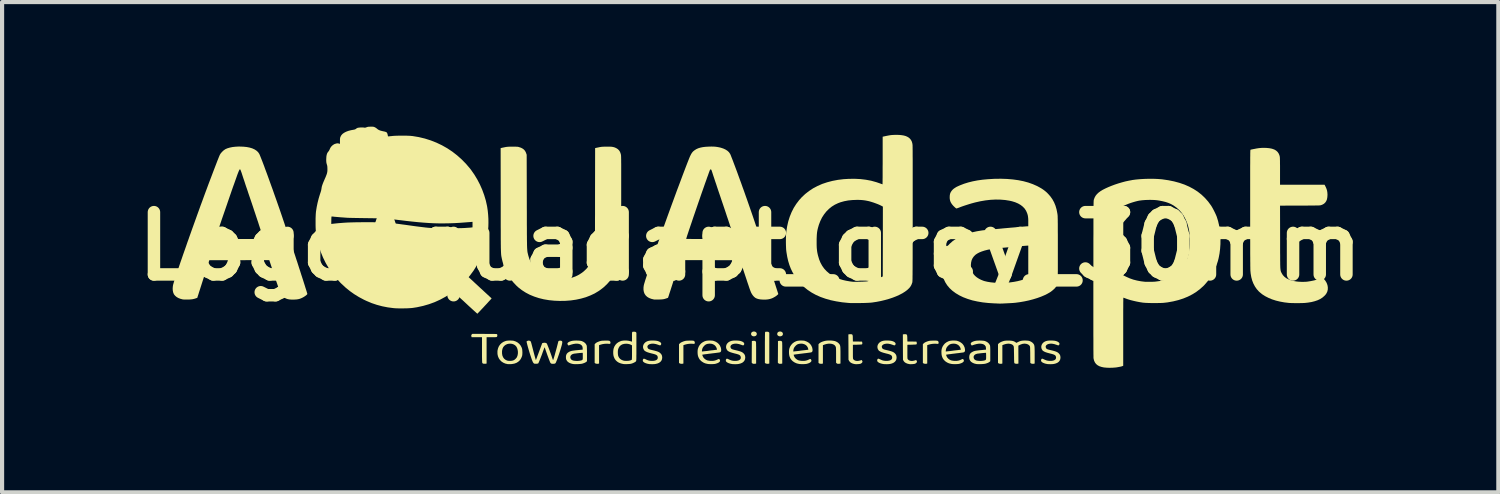
<source format=kicad_pcb>
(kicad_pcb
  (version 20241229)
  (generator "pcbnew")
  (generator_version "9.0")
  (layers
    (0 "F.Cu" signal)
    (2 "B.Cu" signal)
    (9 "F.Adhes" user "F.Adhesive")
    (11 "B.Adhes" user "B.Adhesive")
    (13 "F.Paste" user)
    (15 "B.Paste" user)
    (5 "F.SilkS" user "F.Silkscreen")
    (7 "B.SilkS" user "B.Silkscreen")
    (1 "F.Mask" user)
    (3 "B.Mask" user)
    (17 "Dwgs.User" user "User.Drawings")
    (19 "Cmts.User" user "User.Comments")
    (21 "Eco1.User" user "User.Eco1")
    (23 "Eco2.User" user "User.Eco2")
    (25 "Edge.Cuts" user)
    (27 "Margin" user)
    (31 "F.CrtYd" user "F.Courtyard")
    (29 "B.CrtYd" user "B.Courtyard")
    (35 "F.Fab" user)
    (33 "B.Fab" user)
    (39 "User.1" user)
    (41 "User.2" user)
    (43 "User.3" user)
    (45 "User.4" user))
  (footprint "LogoAquadapt_grey_30mm"
    (layer "F.Cu")
    (at 15.014 2.88)
    (property "Reference" "LogoAquadapt_grey_30mm" (at 0 0 0) (layer "F.SilkS") (effects (font (size 1.5 1.5) (thickness 0.3))))
    (attr board_only exclude_from_pos_files exclude_from_bom)
    (fp_poly (pts (xy 0.117 2.056) (xy 0.138 2.068) (xy 0.153 2.085) (xy 0.159 2.107) (xy 0.159 2.11) (xy 0.156 2.127) (xy 0.151 2.141) (xy 0.15 2.141) (xy 0.134 2.157) (xy 0.111 2.166) (xy 0.086 2.169) (xy 0.061 2.164) (xy 0.049 2.158) (xy 0.032 2.144) (xy 0.023 2.126) (xy 0.021 2.109) (xy 0.026 2.087) (xy 0.039 2.069) (xy 0.06 2.057) (xy 0.086 2.052) (xy 0.09 2.052)) (stroke (width 0) (type solid)) (fill yes) (layer "F.SilkS"))
    (fp_poly (pts (xy 0.746 2.056) (xy 0.768 2.068) (xy 0.782 2.085) (xy 0.788 2.107) (xy 0.788 2.11) (xy 0.786 2.127) (xy 0.78 2.141) (xy 0.78 2.141) (xy 0.763 2.157) (xy 0.74 2.166) (xy 0.715 2.169) (xy 0.691 2.164) (xy 0.679 2.158) (xy 0.661 2.144) (xy 0.652 2.126) (xy 0.651 2.109) (xy 0.655 2.087) (xy 0.669 2.069) (xy 0.689 2.057) (xy 0.715 2.052) (xy 0.719 2.052)) (stroke (width 0) (type solid)) (fill yes) (layer "F.SilkS"))
    (fp_poly (pts (xy 0.114 2.28) (xy 0.132 2.29) (xy 0.133 2.291) (xy 0.135 2.293) (xy 0.137 2.297) (xy 0.138 2.302) (xy 0.14 2.31) (xy 0.141 2.322) (xy 0.141 2.338) (xy 0.142 2.36) (xy 0.142 2.388) (xy 0.143 2.423) (xy 0.143 2.467) (xy 0.143 2.519) (xy 0.143 2.562) (xy 0.143 2.823) (xy 0.131 2.827) (xy 0.119 2.828) (xy 0.101 2.83) (xy 0.091 2.83) (xy 0.072 2.829) (xy 0.06 2.825) (xy 0.05 2.817) (xy 0.037 2.804) (xy 0.038 2.543) (xy 0.04 2.283) (xy 0.063 2.278) (xy 0.091 2.276)) (stroke (width 0) (type solid)) (fill yes) (layer "F.SilkS"))
    (fp_poly (pts (xy 0.744 2.28) (xy 0.761 2.29) (xy 0.762 2.291) (xy 0.764 2.293) (xy 0.766 2.297) (xy 0.768 2.302) (xy 0.769 2.31) (xy 0.77 2.322) (xy 0.771 2.338) (xy 0.771 2.36) (xy 0.772 2.388) (xy 0.772 2.423) (xy 0.772 2.467) (xy 0.772 2.519) (xy 0.772 2.562) (xy 0.772 2.823) (xy 0.76 2.827) (xy 0.748 2.828) (xy 0.731 2.83) (xy 0.72 2.83) (xy 0.702 2.829) (xy 0.689 2.825) (xy 0.679 2.817) (xy 0.666 2.804) (xy 0.668 2.543) (xy 0.669 2.283) (xy 0.692 2.278) (xy 0.72 2.276)) (stroke (width 0) (type solid)) (fill yes) (layer "F.SilkS"))
    (fp_poly (pts (xy 0.424 2.058) (xy 0.436 2.061) (xy 0.445 2.066) (xy 0.449 2.07) (xy 0.46 2.082) (xy 0.46 2.453) (xy 0.46 2.823) (xy 0.448 2.827) (xy 0.425 2.83) (xy 0.402 2.829) (xy 0.381 2.825) (xy 0.368 2.819) (xy 0.354 2.808) (xy 0.354 2.436) (xy 0.354 2.364) (xy 0.354 2.301) (xy 0.355 2.248) (xy 0.355 2.203) (xy 0.355 2.166) (xy 0.356 2.136) (xy 0.356 2.113) (xy 0.357 2.094) (xy 0.358 2.081) (xy 0.359 2.071) (xy 0.36 2.065) (xy 0.361 2.062) (xy 0.363 2.061) (xy 0.372 2.059) (xy 0.389 2.058) (xy 0.404 2.058)) (stroke (width 0) (type solid)) (fill yes) (layer "F.SilkS"))
    (fp_poly (pts (xy -3.452 2.272) (xy -3.428 2.272) (xy -3.411 2.273) (xy -3.399 2.275) (xy -3.391 2.277) (xy -3.385 2.281) (xy -3.382 2.283) (xy -3.37 2.295) (xy -3.365 2.312) (xy -3.365 2.315) (xy -3.365 2.333) (xy -3.37 2.344) (xy -3.38 2.349) (xy -3.398 2.35) (xy -3.416 2.348) (xy -3.459 2.346) (xy -3.506 2.349) (xy -3.554 2.356) (xy -3.596 2.367) (xy -3.639 2.381) (xy -3.639 2.602) (xy -3.639 2.823) (xy -3.651 2.827) (xy -3.674 2.83) (xy -3.698 2.829) (xy -3.719 2.825) (xy -3.731 2.819) (xy -3.745 2.808) (xy -3.745 2.584) (xy -3.745 2.359) (xy -3.729 2.342) (xy -3.708 2.324) (xy -3.677 2.307) (xy -3.637 2.291) (xy -3.615 2.284) (xy -3.597 2.279) (xy -3.58 2.276) (xy -3.562 2.274) (xy -3.539 2.273) (xy -3.51 2.272) (xy -3.485 2.272)) (stroke (width 0) (type solid)) (fill yes) (layer "F.SilkS"))
    (fp_poly (pts (xy -1.421 2.272) (xy -1.397 2.272) (xy -1.38 2.273) (xy -1.368 2.275) (xy -1.36 2.277) (xy -1.353 2.281) (xy -1.351 2.283) (xy -1.339 2.295) (xy -1.334 2.312) (xy -1.334 2.315) (xy -1.334 2.333) (xy -1.338 2.344) (xy -1.349 2.349) (xy -1.367 2.35) (xy -1.385 2.348) (xy -1.427 2.346) (xy -1.475 2.349) (xy -1.523 2.356) (xy -1.565 2.367) (xy -1.608 2.381) (xy -1.608 2.602) (xy -1.608 2.823) (xy -1.62 2.827) (xy -1.643 2.83) (xy -1.667 2.829) (xy -1.688 2.825) (xy -1.7 2.819) (xy -1.714 2.808) (xy -1.714 2.584) (xy -1.714 2.359) (xy -1.698 2.342) (xy -1.677 2.324) (xy -1.646 2.307) (xy -1.606 2.291) (xy -1.584 2.284) (xy -1.566 2.279) (xy -1.549 2.276) (xy -1.531 2.274) (xy -1.508 2.273) (xy -1.479 2.272) (xy -1.454 2.272)) (stroke (width 0) (type solid)) (fill yes) (layer "F.SilkS"))
    (fp_poly (pts (xy 4.45 2.272) (xy 4.474 2.272) (xy 4.491 2.273) (xy 4.503 2.275) (xy 4.511 2.277) (xy 4.518 2.281) (xy 4.521 2.283) (xy 4.532 2.295) (xy 4.537 2.312) (xy 4.537 2.315) (xy 4.537 2.333) (xy 4.533 2.344) (xy 4.522 2.349) (xy 4.505 2.35) (xy 4.486 2.348) (xy 4.444 2.346) (xy 4.397 2.349) (xy 4.348 2.356) (xy 4.306 2.367) (xy 4.263 2.381) (xy 4.263 2.602) (xy 4.263 2.823) (xy 4.251 2.827) (xy 4.229 2.83) (xy 4.205 2.829) (xy 4.184 2.825) (xy 4.171 2.819) (xy 4.158 2.808) (xy 4.158 2.584) (xy 4.158 2.359) (xy 4.173 2.342) (xy 4.194 2.324) (xy 4.225 2.307) (xy 4.265 2.291) (xy 4.288 2.284) (xy 4.305 2.279) (xy 4.322 2.276) (xy 4.341 2.274) (xy 4.363 2.273) (xy 4.392 2.272) (xy 4.418 2.272)) (stroke (width 0) (type solid)) (fill yes) (layer "F.SilkS"))
    (fp_poly (pts (xy -6.332 2.111) (xy -6.278 2.111) (xy -6.233 2.111) (xy -6.197 2.111) (xy -6.167 2.111) (xy -6.144 2.112) (xy -6.127 2.112) (xy -6.114 2.113) (xy -6.105 2.114) (xy -6.1 2.116) (xy -6.096 2.117) (xy -6.094 2.119) (xy -6.094 2.121) (xy -6.089 2.138) (xy -6.089 2.158) (xy -6.095 2.174) (xy -6.099 2.179) (xy -6.103 2.183) (xy -6.108 2.185) (xy -6.116 2.187) (xy -6.127 2.188) (xy -6.145 2.189) (xy -6.168 2.19) (xy -6.201 2.19) (xy -6.228 2.19) (xy -6.347 2.19) (xy -6.347 2.507) (xy -6.347 2.823) (xy -6.359 2.827) (xy -6.376 2.829) (xy -6.397 2.829) (xy -6.417 2.828) (xy -6.433 2.825) (xy -6.436 2.824) (xy -6.446 2.815) (xy -6.453 2.802) (xy -6.454 2.792) (xy -6.455 2.773) (xy -6.456 2.742) (xy -6.457 2.702) (xy -6.458 2.652) (xy -6.458 2.592) (xy -6.458 2.523) (xy -6.458 2.488) (xy -6.458 2.19) (xy -6.583 2.19) (xy -6.707 2.19) (xy -6.712 2.176) (xy -6.717 2.153) (xy -6.713 2.134) (xy -6.705 2.123) (xy -6.692 2.11) (xy -6.395 2.11)) (stroke (width 0) (type solid)) (fill yes) (layer "F.SilkS"))
    (fp_poly (pts (xy 1.965 2.271) (xy 2.003 2.276) (xy 2.035 2.282) (xy 2.049 2.286) (xy 2.09 2.305) (xy 2.122 2.328) (xy 2.143 2.351) (xy 2.151 2.361) (xy 2.157 2.372) (xy 2.162 2.383) (xy 2.166 2.397) (xy 2.169 2.413) (xy 2.171 2.434) (xy 2.172 2.46) (xy 2.173 2.493) (xy 2.174 2.533) (xy 2.174 2.582) (xy 2.174 2.624) (xy 2.174 2.823) (xy 2.162 2.827) (xy 2.15 2.828) (xy 2.132 2.83) (xy 2.122 2.83) (xy 2.103 2.829) (xy 2.091 2.825) (xy 2.081 2.817) (xy 2.068 2.804) (xy 2.068 2.626) (xy 2.068 2.57) (xy 2.068 2.523) (xy 2.067 2.487) (xy 2.066 2.459) (xy 2.064 2.439) (xy 2.062 2.427) (xy 2.062 2.426) (xy 2.048 2.399) (xy 2.027 2.377) (xy 1.998 2.361) (xy 1.964 2.35) (xy 1.924 2.345) (xy 1.881 2.346) (xy 1.836 2.353) (xy 1.789 2.367) (xy 1.788 2.368) (xy 1.751 2.381) (xy 1.751 2.602) (xy 1.751 2.823) (xy 1.739 2.827) (xy 1.716 2.83) (xy 1.692 2.829) (xy 1.671 2.825) (xy 1.659 2.819) (xy 1.645 2.808) (xy 1.645 2.583) (xy 1.645 2.358) (xy 1.665 2.338) (xy 1.686 2.322) (xy 1.716 2.306) (xy 1.752 2.292) (xy 1.791 2.281) (xy 1.808 2.277) (xy 1.843 2.272) (xy 1.882 2.269) (xy 1.924 2.269)) (stroke (width 0) (type solid)) (fill yes) (layer "F.SilkS"))
    (fp_poly (pts (xy 2.43 2.117) (xy 2.437 2.118) (xy 2.449 2.122) (xy 2.458 2.127) (xy 2.464 2.135) (xy 2.467 2.148) (xy 2.47 2.168) (xy 2.471 2.196) (xy 2.471 2.217) (xy 2.473 2.293) (xy 2.582 2.294) (xy 2.692 2.296) (xy 2.697 2.314) (xy 2.701 2.332) (xy 2.699 2.349) (xy 2.693 2.361) (xy 2.69 2.363) (xy 2.683 2.364) (xy 2.668 2.366) (xy 2.645 2.367) (xy 2.616 2.368) (xy 2.584 2.37) (xy 2.579 2.37) (xy 2.473 2.372) (xy 2.473 2.54) (xy 2.473 2.586) (xy 2.473 2.624) (xy 2.473 2.653) (xy 2.474 2.675) (xy 2.475 2.691) (xy 2.476 2.702) (xy 2.478 2.71) (xy 2.48 2.716) (xy 2.483 2.721) (xy 2.484 2.722) (xy 2.505 2.742) (xy 2.533 2.755) (xy 2.566 2.761) (xy 2.604 2.76) (xy 2.644 2.751) (xy 2.645 2.751) (xy 2.684 2.739) (xy 2.693 2.751) (xy 2.703 2.769) (xy 2.702 2.787) (xy 2.692 2.805) (xy 2.673 2.82) (xy 2.658 2.828) (xy 2.643 2.832) (xy 2.621 2.835) (xy 2.595 2.838) (xy 2.567 2.839) (xy 2.542 2.839) (xy 2.522 2.838) (xy 2.518 2.837) (xy 2.472 2.826) (xy 2.435 2.81) (xy 2.407 2.791) (xy 2.386 2.767) (xy 2.382 2.76) (xy 2.367 2.732) (xy 2.366 2.427) (xy 2.364 2.122) (xy 2.393 2.118) (xy 2.412 2.117)) (stroke (width 0) (type solid)) (fill yes) (layer "F.SilkS"))
    (fp_poly (pts (xy 3.742 2.117) (xy 3.749 2.118) (xy 3.761 2.122) (xy 3.769 2.127) (xy 3.775 2.135) (xy 3.779 2.148) (xy 3.781 2.168) (xy 3.783 2.196) (xy 3.783 2.217) (xy 3.785 2.293) (xy 3.894 2.294) (xy 4.003 2.296) (xy 4.009 2.314) (xy 4.012 2.332) (xy 4.011 2.349) (xy 4.004 2.361) (xy 4.002 2.363) (xy 3.995 2.364) (xy 3.979 2.366) (xy 3.957 2.367) (xy 3.928 2.368) (xy 3.896 2.37) (xy 3.89 2.37) (xy 3.785 2.372) (xy 3.785 2.54) (xy 3.785 2.586) (xy 3.785 2.624) (xy 3.785 2.653) (xy 3.786 2.675) (xy 3.786 2.691) (xy 3.788 2.702) (xy 3.789 2.71) (xy 3.792 2.716) (xy 3.794 2.721) (xy 3.796 2.722) (xy 3.817 2.742) (xy 3.845 2.755) (xy 3.878 2.761) (xy 3.916 2.76) (xy 3.956 2.751) (xy 3.957 2.751) (xy 3.996 2.739) (xy 4.005 2.751) (xy 4.015 2.769) (xy 4.014 2.787) (xy 4.004 2.805) (xy 3.985 2.82) (xy 3.97 2.828) (xy 3.955 2.832) (xy 3.933 2.835) (xy 3.906 2.838) (xy 3.879 2.839) (xy 3.854 2.839) (xy 3.834 2.838) (xy 3.83 2.837) (xy 3.784 2.826) (xy 3.747 2.81) (xy 3.719 2.791) (xy 3.698 2.767) (xy 3.694 2.76) (xy 3.679 2.732) (xy 3.677 2.427) (xy 3.676 2.122) (xy 3.705 2.118) (xy 3.724 2.117)) (stroke (width 0) (type solid)) (fill yes) (layer "F.SilkS"))
    (fp_poly (pts (xy -5.74 2.271) (xy -5.708 2.274) (xy -5.693 2.277) (xy -5.643 2.294) (xy -5.598 2.319) (xy -5.559 2.352) (xy -5.527 2.392) (xy -5.504 2.436) (xy -5.493 2.468) (xy -5.489 2.491) (xy -5.487 2.521) (xy -5.485 2.554) (xy -5.486 2.587) (xy -5.488 2.616) (xy -5.491 2.634) (xy -5.502 2.667) (xy -5.519 2.703) (xy -5.539 2.735) (xy -5.55 2.748) (xy -5.587 2.782) (xy -5.63 2.808) (xy -5.681 2.826) (xy -5.738 2.836) (xy -5.768 2.838) (xy -5.793 2.838) (xy -5.817 2.838) (xy -5.834 2.838) (xy -5.842 2.837) (xy -5.898 2.824) (xy -5.948 2.802) (xy -5.991 2.773) (xy -6.026 2.737) (xy -6.054 2.695) (xy -6.074 2.647) (xy -6.085 2.595) (xy -6.086 2.538) (xy -6.086 2.532) (xy -5.976 2.532) (xy -5.975 2.585) (xy -5.967 2.632) (xy -5.95 2.672) (xy -5.926 2.706) (xy -5.894 2.732) (xy -5.854 2.752) (xy -5.854 2.752) (xy -5.826 2.758) (xy -5.793 2.76) (xy -5.758 2.759) (xy -5.725 2.754) (xy -5.699 2.746) (xy -5.673 2.731) (xy -5.648 2.709) (xy -5.627 2.685) (xy -5.617 2.67) (xy -5.602 2.63) (xy -5.594 2.587) (xy -5.593 2.541) (xy -5.599 2.496) (xy -5.611 2.454) (xy -5.63 2.417) (xy -5.635 2.411) (xy -5.662 2.383) (xy -5.696 2.363) (xy -5.733 2.35) (xy -5.773 2.345) (xy -5.813 2.347) (xy -5.853 2.356) (xy -5.889 2.373) (xy -5.921 2.398) (xy -5.922 2.398) (xy -5.946 2.428) (xy -5.962 2.461) (xy -5.972 2.5) (xy -5.976 2.532) (xy -6.086 2.532) (xy -6.083 2.504) (xy -6.07 2.452) (xy -6.049 2.404) (xy -6.019 2.363) (xy -5.982 2.328) (xy -5.938 2.3) (xy -5.889 2.281) (xy -5.875 2.277) (xy -5.848 2.273) (xy -5.813 2.27) (xy -5.776 2.27)) (stroke (width 0) (type solid)) (fill yes) (layer "F.SilkS"))
    (fp_poly (pts (xy -2.298 2.271) (xy -2.258 2.275) (xy -2.224 2.282) (xy -2.194 2.294) (xy -2.185 2.298) (xy -2.16 2.314) (xy -2.146 2.332) (xy -2.142 2.351) (xy -2.148 2.37) (xy -2.155 2.38) (xy -2.164 2.385) (xy -2.177 2.385) (xy -2.196 2.38) (xy -2.216 2.372) (xy -2.269 2.355) (xy -2.32 2.346) (xy -2.367 2.345) (xy -2.409 2.353) (xy -2.432 2.362) (xy -2.456 2.378) (xy -2.471 2.398) (xy -2.476 2.419) (xy -2.47 2.443) (xy -2.465 2.453) (xy -2.458 2.463) (xy -2.448 2.471) (xy -2.436 2.478) (xy -2.417 2.485) (xy -2.393 2.492) (xy -2.36 2.5) (xy -2.341 2.504) (xy -2.293 2.516) (xy -2.254 2.527) (xy -2.222 2.538) (xy -2.197 2.55) (xy -2.176 2.564) (xy -2.164 2.574) (xy -2.14 2.601) (xy -2.125 2.632) (xy -2.119 2.669) (xy -2.119 2.679) (xy -2.123 2.718) (xy -2.137 2.752) (xy -2.16 2.781) (xy -2.192 2.805) (xy -2.231 2.822) (xy -2.274 2.833) (xy -2.303 2.837) (xy -2.339 2.839) (xy -2.376 2.839) (xy -2.411 2.838) (xy -2.428 2.837) (xy -2.472 2.829) (xy -2.512 2.817) (xy -2.546 2.802) (xy -2.571 2.784) (xy -2.572 2.783) (xy -2.583 2.767) (xy -2.587 2.747) (xy -2.583 2.728) (xy -2.573 2.713) (xy -2.566 2.708) (xy -2.558 2.707) (xy -2.547 2.709) (xy -2.53 2.716) (xy -2.519 2.721) (xy -2.485 2.737) (xy -2.455 2.748) (xy -2.425 2.755) (xy -2.393 2.759) (xy -2.377 2.76) (xy -2.332 2.759) (xy -2.294 2.753) (xy -2.264 2.742) (xy -2.242 2.726) (xy -2.229 2.706) (xy -2.225 2.681) (xy -2.227 2.663) (xy -2.232 2.647) (xy -2.24 2.633) (xy -2.253 2.622) (xy -2.271 2.611) (xy -2.295 2.602) (xy -2.327 2.592) (xy -2.369 2.582) (xy -2.38 2.579) (xy -2.436 2.564) (xy -2.481 2.549) (xy -2.516 2.533) (xy -2.541 2.516) (xy -2.553 2.504) (xy -2.571 2.472) (xy -2.58 2.438) (xy -2.58 2.404) (xy -2.57 2.371) (xy -2.552 2.341) (xy -2.526 2.314) (xy -2.497 2.296) (xy -2.47 2.284) (xy -2.44 2.276) (xy -2.405 2.271) (xy -2.363 2.269) (xy -2.346 2.269)) (stroke (width 0) (type solid)) (fill yes) (layer "F.SilkS"))
    (fp_poly (pts (xy -0.299 2.271) (xy -0.259 2.275) (xy -0.225 2.282) (xy -0.195 2.294) (xy -0.185 2.298) (xy -0.161 2.314) (xy -0.147 2.332) (xy -0.143 2.351) (xy -0.148 2.37) (xy -0.155 2.38) (xy -0.165 2.385) (xy -0.178 2.385) (xy -0.196 2.38) (xy -0.217 2.372) (xy -0.27 2.355) (xy -0.32 2.346) (xy -0.367 2.345) (xy -0.41 2.353) (xy -0.433 2.362) (xy -0.457 2.378) (xy -0.471 2.398) (xy -0.476 2.419) (xy -0.471 2.443) (xy -0.466 2.453) (xy -0.458 2.463) (xy -0.449 2.471) (xy -0.436 2.478) (xy -0.418 2.485) (xy -0.393 2.492) (xy -0.361 2.5) (xy -0.342 2.504) (xy -0.294 2.516) (xy -0.255 2.527) (xy -0.223 2.538) (xy -0.197 2.55) (xy -0.176 2.564) (xy -0.164 2.574) (xy -0.14 2.601) (xy -0.125 2.632) (xy -0.119 2.669) (xy -0.119 2.679) (xy -0.124 2.718) (xy -0.138 2.752) (xy -0.161 2.781) (xy -0.192 2.805) (xy -0.232 2.822) (xy -0.274 2.833) (xy -0.304 2.837) (xy -0.339 2.839) (xy -0.377 2.839) (xy -0.412 2.838) (xy -0.428 2.837) (xy -0.472 2.829) (xy -0.512 2.817) (xy -0.546 2.802) (xy -0.572 2.784) (xy -0.573 2.783) (xy -0.584 2.767) (xy -0.587 2.747) (xy -0.584 2.728) (xy -0.573 2.713) (xy -0.566 2.708) (xy -0.559 2.707) (xy -0.548 2.709) (xy -0.531 2.716) (xy -0.52 2.721) (xy -0.485 2.737) (xy -0.455 2.748) (xy -0.426 2.755) (xy -0.393 2.759) (xy -0.378 2.76) (xy -0.333 2.759) (xy -0.295 2.753) (xy -0.265 2.742) (xy -0.243 2.726) (xy -0.229 2.706) (xy -0.225 2.681) (xy -0.228 2.663) (xy -0.233 2.647) (xy -0.241 2.633) (xy -0.253 2.622) (xy -0.271 2.611) (xy -0.296 2.602) (xy -0.328 2.592) (xy -0.369 2.582) (xy -0.381 2.579) (xy -0.436 2.564) (xy -0.482 2.549) (xy -0.517 2.533) (xy -0.542 2.516) (xy -0.553 2.504) (xy -0.572 2.472) (xy -0.581 2.438) (xy -0.58 2.404) (xy -0.571 2.371) (xy -0.553 2.341) (xy -0.526 2.314) (xy -0.497 2.296) (xy -0.47 2.284) (xy -0.441 2.276) (xy -0.406 2.271) (xy -0.364 2.269) (xy -0.347 2.269)) (stroke (width 0) (type solid)) (fill yes) (layer "F.SilkS"))
    (fp_poly (pts (xy 3.346 2.271) (xy 3.386 2.275) (xy 3.419 2.282) (xy 3.45 2.294) (xy 3.459 2.298) (xy 3.483 2.314) (xy 3.498 2.332) (xy 3.502 2.351) (xy 3.496 2.37) (xy 3.489 2.38) (xy 3.48 2.385) (xy 3.467 2.385) (xy 3.448 2.38) (xy 3.427 2.372) (xy 3.374 2.355) (xy 3.324 2.346) (xy 3.277 2.345) (xy 3.235 2.353) (xy 3.212 2.362) (xy 3.188 2.378) (xy 3.173 2.398) (xy 3.168 2.419) (xy 3.174 2.443) (xy 3.179 2.453) (xy 3.186 2.463) (xy 3.195 2.471) (xy 3.208 2.478) (xy 3.226 2.485) (xy 3.251 2.492) (xy 3.284 2.5) (xy 3.303 2.504) (xy 3.351 2.516) (xy 3.39 2.527) (xy 3.421 2.538) (xy 3.447 2.55) (xy 3.468 2.564) (xy 3.48 2.574) (xy 3.504 2.601) (xy 3.519 2.632) (xy 3.525 2.669) (xy 3.525 2.679) (xy 3.521 2.718) (xy 3.507 2.752) (xy 3.484 2.781) (xy 3.452 2.805) (xy 3.413 2.822) (xy 3.37 2.833) (xy 3.341 2.837) (xy 3.305 2.839) (xy 3.268 2.839) (xy 3.233 2.838) (xy 3.216 2.837) (xy 3.172 2.829) (xy 3.132 2.817) (xy 3.098 2.802) (xy 3.073 2.784) (xy 3.072 2.783) (xy 3.061 2.767) (xy 3.057 2.747) (xy 3.061 2.728) (xy 3.071 2.713) (xy 3.078 2.708) (xy 3.086 2.707) (xy 3.097 2.709) (xy 3.114 2.716) (xy 3.124 2.721) (xy 3.159 2.737) (xy 3.189 2.748) (xy 3.218 2.755) (xy 3.251 2.759) (xy 3.267 2.76) (xy 3.312 2.759) (xy 3.35 2.753) (xy 3.38 2.742) (xy 3.402 2.726) (xy 3.415 2.706) (xy 3.419 2.681) (xy 3.417 2.663) (xy 3.412 2.647) (xy 3.404 2.633) (xy 3.391 2.622) (xy 3.373 2.611) (xy 3.349 2.602) (xy 3.317 2.592) (xy 3.275 2.582) (xy 3.264 2.579) (xy 3.208 2.564) (xy 3.163 2.549) (xy 3.128 2.533) (xy 3.102 2.516) (xy 3.091 2.504) (xy 3.072 2.472) (xy 3.064 2.438) (xy 3.064 2.404) (xy 3.074 2.371) (xy 3.092 2.341) (xy 3.118 2.314) (xy 3.147 2.296) (xy 3.174 2.284) (xy 3.204 2.276) (xy 3.239 2.271) (xy 3.28 2.269) (xy 3.298 2.269)) (stroke (width 0) (type solid)) (fill yes) (layer "F.SilkS"))
    (fp_poly (pts (xy 7.292 2.271) (xy 7.331 2.275) (xy 7.365 2.282) (xy 7.396 2.294) (xy 7.405 2.298) (xy 7.429 2.314) (xy 7.444 2.332) (xy 7.448 2.351) (xy 7.442 2.37) (xy 7.435 2.38) (xy 7.426 2.385) (xy 7.413 2.385) (xy 7.394 2.38) (xy 7.373 2.372) (xy 7.32 2.355) (xy 7.27 2.346) (xy 7.223 2.345) (xy 7.181 2.353) (xy 7.158 2.362) (xy 7.134 2.378) (xy 7.119 2.398) (xy 7.114 2.419) (xy 7.12 2.443) (xy 7.125 2.453) (xy 7.132 2.463) (xy 7.141 2.471) (xy 7.154 2.478) (xy 7.172 2.485) (xy 7.197 2.492) (xy 7.23 2.5) (xy 7.249 2.504) (xy 7.297 2.516) (xy 7.336 2.527) (xy 7.367 2.538) (xy 7.393 2.55) (xy 7.414 2.564) (xy 7.426 2.574) (xy 7.45 2.601) (xy 7.465 2.632) (xy 7.471 2.669) (xy 7.471 2.679) (xy 7.467 2.718) (xy 7.453 2.752) (xy 7.43 2.781) (xy 7.398 2.805) (xy 7.358 2.822) (xy 7.316 2.833) (xy 7.287 2.837) (xy 7.251 2.839) (xy 7.214 2.839) (xy 7.179 2.838) (xy 7.162 2.837) (xy 7.118 2.829) (xy 7.078 2.817) (xy 7.044 2.802) (xy 7.019 2.784) (xy 7.018 2.783) (xy 7.007 2.767) (xy 7.003 2.747) (xy 7.007 2.728) (xy 7.017 2.713) (xy 7.024 2.708) (xy 7.032 2.707) (xy 7.043 2.709) (xy 7.059 2.716) (xy 7.07 2.721) (xy 7.105 2.737) (xy 7.135 2.748) (xy 7.164 2.755) (xy 7.197 2.759) (xy 7.213 2.76) (xy 7.258 2.759) (xy 7.296 2.753) (xy 7.326 2.742) (xy 7.348 2.726) (xy 7.361 2.706) (xy 7.365 2.681) (xy 7.363 2.663) (xy 7.358 2.647) (xy 7.35 2.633) (xy 7.337 2.622) (xy 7.319 2.611) (xy 7.295 2.602) (xy 7.262 2.592) (xy 7.221 2.582) (xy 7.21 2.579) (xy 7.154 2.564) (xy 7.109 2.549) (xy 7.074 2.533) (xy 7.048 2.516) (xy 7.037 2.504) (xy 7.018 2.472) (xy 7.01 2.438) (xy 7.01 2.404) (xy 7.02 2.371) (xy 7.038 2.341) (xy 7.064 2.314) (xy 7.093 2.296) (xy 7.12 2.284) (xy 7.15 2.276) (xy 7.184 2.271) (xy 7.226 2.269) (xy 7.244 2.269)) (stroke (width 0) (type solid)) (fill yes) (layer "F.SilkS"))
    (fp_poly (pts (xy -2.796 2.058) (xy -2.776 2.058) (xy -2.764 2.061) (xy -2.755 2.066) (xy -2.751 2.07) (xy -2.74 2.082) (xy -2.74 2.417) (xy -2.74 2.486) (xy -2.74 2.545) (xy -2.74 2.595) (xy -2.741 2.637) (xy -2.741 2.672) (xy -2.741 2.699) (xy -2.742 2.721) (xy -2.743 2.738) (xy -2.744 2.75) (xy -2.745 2.758) (xy -2.747 2.764) (xy -2.748 2.766) (xy -2.758 2.778) (xy -2.776 2.79) (xy -2.8 2.803) (xy -2.827 2.815) (xy -2.855 2.825) (xy -2.864 2.827) (xy -2.887 2.832) (xy -2.917 2.835) (xy -2.952 2.837) (xy -2.987 2.838) (xy -3.02 2.838) (xy -3.048 2.836) (xy -3.055 2.835) (xy -3.113 2.822) (xy -3.164 2.802) (xy -3.206 2.775) (xy -3.241 2.741) (xy -3.268 2.7) (xy -3.287 2.652) (xy -3.294 2.621) (xy -3.298 2.58) (xy -3.298 2.566) (xy -3.187 2.566) (xy -3.185 2.601) (xy -3.18 2.632) (xy -3.174 2.651) (xy -3.155 2.686) (xy -3.128 2.715) (xy -3.092 2.738) (xy -3.051 2.753) (xy -3.026 2.758) (xy -2.996 2.759) (xy -2.962 2.759) (xy -2.929 2.757) (xy -2.901 2.752) (xy -2.885 2.748) (xy -2.869 2.742) (xy -2.856 2.736) (xy -2.852 2.733) (xy -2.85 2.729) (xy -2.849 2.72) (xy -2.848 2.704) (xy -2.847 2.681) (xy -2.846 2.651) (xy -2.846 2.611) (xy -2.846 2.562) (xy -2.846 2.557) (xy -2.846 2.387) (xy -2.858 2.379) (xy -2.896 2.361) (xy -2.94 2.35) (xy -2.983 2.346) (xy -3.033 2.35) (xy -3.076 2.361) (xy -3.112 2.38) (xy -3.142 2.407) (xy -3.165 2.443) (xy -3.177 2.472) (xy -3.184 2.498) (xy -3.187 2.531) (xy -3.187 2.566) (xy -3.298 2.566) (xy -3.298 2.535) (xy -3.294 2.492) (xy -3.288 2.462) (xy -3.27 2.414) (xy -3.243 2.371) (xy -3.209 2.335) (xy -3.167 2.306) (xy -3.12 2.285) (xy -3.094 2.277) (xy -3.043 2.27) (xy -2.986 2.269) (xy -2.927 2.276) (xy -2.869 2.29) (xy -2.858 2.293) (xy -2.846 2.297) (xy -2.846 2.18) (xy -2.846 2.141) (xy -2.846 2.111) (xy -2.845 2.09) (xy -2.843 2.075) (xy -2.839 2.065) (xy -2.833 2.06) (xy -2.824 2.058) (xy -2.812 2.057)) (stroke (width 0) (type solid)) (fill yes) (layer "F.SilkS"))
    (fp_poly (pts (xy 6.635 2.27) (xy 6.667 2.272) (xy 6.692 2.274) (xy 6.711 2.277) (xy 6.727 2.282) (xy 6.735 2.285) (xy 6.768 2.301) (xy 6.798 2.322) (xy 6.819 2.345) (xy 6.822 2.348) (xy 6.829 2.359) (xy 6.834 2.369) (xy 6.839 2.381) (xy 6.842 2.395) (xy 6.845 2.412) (xy 6.847 2.433) (xy 6.848 2.46) (xy 6.849 2.494) (xy 6.85 2.535) (xy 6.85 2.585) (xy 6.85 2.621) (xy 6.85 2.823) (xy 6.838 2.827) (xy 6.815 2.83) (xy 6.792 2.829) (xy 6.771 2.825) (xy 6.758 2.819) (xy 6.745 2.808) (xy 6.743 2.614) (xy 6.743 2.563) (xy 6.742 2.521) (xy 6.741 2.488) (xy 6.741 2.462) (xy 6.74 2.442) (xy 6.739 2.428) (xy 6.737 2.417) (xy 6.735 2.41) (xy 6.733 2.404) (xy 6.732 2.403) (xy 6.714 2.38) (xy 6.686 2.362) (xy 6.652 2.35) (xy 6.607 2.344) (xy 6.562 2.349) (xy 6.516 2.364) (xy 6.497 2.373) (xy 6.457 2.393) (xy 6.458 2.609) (xy 6.459 2.824) (xy 6.44 2.828) (xy 6.418 2.83) (xy 6.396 2.828) (xy 6.377 2.824) (xy 6.364 2.817) (xy 6.364 2.817) (xy 6.362 2.814) (xy 6.36 2.808) (xy 6.358 2.8) (xy 6.357 2.787) (xy 6.356 2.768) (xy 6.355 2.744) (xy 6.354 2.712) (xy 6.354 2.672) (xy 6.353 2.622) (xy 6.353 2.611) (xy 6.352 2.561) (xy 6.351 2.519) (xy 6.351 2.486) (xy 6.35 2.461) (xy 6.349 2.441) (xy 6.348 2.427) (xy 6.346 2.416) (xy 6.344 2.408) (xy 6.342 2.403) (xy 6.339 2.397) (xy 6.338 2.395) (xy 6.319 2.374) (xy 6.292 2.359) (xy 6.259 2.349) (xy 6.222 2.345) (xy 6.181 2.348) (xy 6.138 2.357) (xy 6.106 2.368) (xy 6.072 2.381) (xy 6.072 2.602) (xy 6.072 2.823) (xy 6.06 2.827) (xy 6.038 2.83) (xy 6.014 2.829) (xy 5.993 2.825) (xy 5.98 2.819) (xy 5.967 2.808) (xy 5.967 2.584) (xy 5.967 2.36) (xy 5.979 2.345) (xy 5.996 2.33) (xy 6.021 2.314) (xy 6.052 2.299) (xy 6.087 2.286) (xy 6.093 2.284) (xy 6.111 2.279) (xy 6.127 2.276) (xy 6.144 2.274) (xy 6.166 2.272) (xy 6.194 2.272) (xy 6.215 2.272) (xy 6.257 2.272) (xy 6.291 2.275) (xy 6.318 2.279) (xy 6.341 2.286) (xy 6.363 2.295) (xy 6.384 2.308) (xy 6.41 2.326) (xy 6.449 2.306) (xy 6.483 2.29) (xy 6.516 2.279) (xy 6.552 2.273) (xy 6.593 2.27)) (stroke (width 0) (type solid)) (fill yes) (layer "F.SilkS"))
    (fp_poly (pts (xy -4.15 2.271) (xy -4.115 2.273) (xy -4.085 2.276) (xy -4.062 2.281) (xy -4.06 2.281) (xy -4.019 2.299) (xy -3.985 2.322) (xy -3.958 2.35) (xy -3.94 2.382) (xy -3.936 2.395) (xy -3.934 2.406) (xy -3.933 2.426) (xy -3.932 2.454) (xy -3.931 2.49) (xy -3.93 2.531) (xy -3.93 2.578) (xy -3.93 2.591) (xy -3.93 2.767) (xy -3.943 2.78) (xy -3.961 2.793) (xy -3.988 2.807) (xy -4.02 2.819) (xy -4.046 2.827) (xy -4.068 2.831) (xy -4.096 2.834) (xy -4.13 2.837) (xy -4.166 2.838) (xy -4.202 2.839) (xy -4.233 2.838) (xy -4.259 2.836) (xy -4.267 2.835) (xy -4.316 2.823) (xy -4.358 2.805) (xy -4.391 2.783) (xy -4.411 2.76) (xy -4.427 2.734) (xy -4.435 2.706) (xy -4.437 2.672) (xy -4.437 2.658) (xy -4.331 2.658) (xy -4.331 2.684) (xy -4.323 2.706) (xy -4.31 2.726) (xy -4.289 2.741) (xy -4.261 2.752) (xy -4.224 2.758) (xy -4.178 2.761) (xy -4.177 2.761) (xy -4.139 2.76) (xy -4.106 2.756) (xy -4.087 2.753) (xy -4.067 2.748) (xy -4.052 2.743) (xy -4.042 2.736) (xy -4.035 2.727) (xy -4.032 2.713) (xy -4.031 2.692) (xy -4.031 2.664) (xy -4.031 2.647) (xy -4.031 2.616) (xy -4.031 2.594) (xy -4.032 2.579) (xy -4.033 2.571) (xy -4.036 2.567) (xy -4.039 2.565) (xy -4.04 2.565) (xy -4.053 2.566) (xy -4.073 2.568) (xy -4.1 2.57) (xy -4.13 2.573) (xy -4.161 2.576) (xy -4.19 2.58) (xy -4.216 2.583) (xy -4.235 2.585) (xy -4.245 2.587) (xy -4.278 2.597) (xy -4.304 2.613) (xy -4.322 2.634) (xy -4.331 2.658) (xy -4.437 2.658) (xy -4.437 2.657) (xy -4.431 2.62) (xy -4.417 2.59) (xy -4.396 2.566) (xy -4.374 2.551) (xy -4.359 2.542) (xy -4.344 2.534) (xy -4.328 2.528) (xy -4.31 2.522) (xy -4.289 2.517) (xy -4.263 2.513) (xy -4.232 2.509) (xy -4.194 2.504) (xy -4.147 2.5) (xy -4.099 2.495) (xy -4.033 2.489) (xy -4.034 2.455) (xy -4.036 2.435) (xy -4.04 2.417) (xy -4.043 2.408) (xy -4.062 2.382) (xy -4.089 2.363) (xy -4.123 2.351) (xy -4.163 2.345) (xy -4.209 2.346) (xy -4.26 2.354) (xy -4.314 2.369) (xy -4.323 2.372) (xy -4.375 2.39) (xy -4.388 2.376) (xy -4.399 2.358) (xy -4.401 2.34) (xy -4.392 2.324) (xy -4.374 2.309) (xy -4.347 2.295) (xy -4.311 2.283) (xy -4.284 2.277) (xy -4.257 2.273) (xy -4.224 2.271) (xy -4.188 2.27)) (stroke (width 0) (type solid)) (fill yes) (layer "F.SilkS"))
    (fp_poly (pts (xy 5.561 2.271) (xy 5.596 2.273) (xy 5.627 2.276) (xy 5.65 2.281) (xy 5.652 2.281) (xy 5.692 2.299) (xy 5.727 2.322) (xy 5.753 2.35) (xy 5.772 2.382) (xy 5.776 2.395) (xy 5.777 2.406) (xy 5.779 2.426) (xy 5.78 2.454) (xy 5.781 2.49) (xy 5.781 2.531) (xy 5.781 2.578) (xy 5.781 2.591) (xy 5.781 2.767) (xy 5.768 2.78) (xy 5.75 2.793) (xy 5.724 2.807) (xy 5.691 2.819) (xy 5.665 2.827) (xy 5.644 2.831) (xy 5.615 2.834) (xy 5.581 2.837) (xy 5.545 2.838) (xy 5.51 2.839) (xy 5.478 2.838) (xy 5.452 2.836) (xy 5.444 2.835) (xy 5.395 2.823) (xy 5.354 2.805) (xy 5.321 2.783) (xy 5.3 2.76) (xy 5.285 2.734) (xy 5.277 2.706) (xy 5.274 2.672) (xy 5.275 2.658) (xy 5.38 2.658) (xy 5.381 2.684) (xy 5.388 2.706) (xy 5.402 2.726) (xy 5.423 2.741) (xy 5.451 2.752) (xy 5.487 2.758) (xy 5.533 2.761) (xy 5.535 2.761) (xy 5.573 2.76) (xy 5.606 2.756) (xy 5.625 2.753) (xy 5.645 2.748) (xy 5.66 2.743) (xy 5.67 2.736) (xy 5.676 2.727) (xy 5.679 2.713) (xy 5.681 2.692) (xy 5.681 2.664) (xy 5.681 2.647) (xy 5.681 2.616) (xy 5.68 2.594) (xy 5.68 2.579) (xy 5.678 2.571) (xy 5.676 2.567) (xy 5.672 2.565) (xy 5.672 2.565) (xy 5.659 2.566) (xy 5.638 2.568) (xy 5.612 2.57) (xy 5.582 2.573) (xy 5.551 2.576) (xy 5.521 2.58) (xy 5.496 2.583) (xy 5.476 2.585) (xy 5.467 2.587) (xy 5.433 2.597) (xy 5.407 2.613) (xy 5.389 2.634) (xy 5.38 2.658) (xy 5.275 2.658) (xy 5.275 2.657) (xy 5.281 2.62) (xy 5.294 2.59) (xy 5.316 2.566) (xy 5.337 2.551) (xy 5.353 2.542) (xy 5.368 2.534) (xy 5.384 2.528) (xy 5.402 2.522) (xy 5.423 2.517) (xy 5.448 2.513) (xy 5.48 2.509) (xy 5.518 2.504) (xy 5.564 2.5) (xy 5.612 2.495) (xy 5.678 2.489) (xy 5.677 2.455) (xy 5.675 2.435) (xy 5.672 2.417) (xy 5.668 2.408) (xy 5.649 2.382) (xy 5.622 2.363) (xy 5.588 2.351) (xy 5.548 2.345) (xy 5.503 2.346) (xy 5.452 2.354) (xy 5.397 2.369) (xy 5.388 2.372) (xy 5.336 2.39) (xy 5.324 2.376) (xy 5.312 2.358) (xy 5.311 2.34) (xy 5.319 2.324) (xy 5.337 2.309) (xy 5.364 2.295) (xy 5.4 2.283) (xy 5.427 2.277) (xy 5.454 2.273) (xy 5.487 2.271) (xy 5.524 2.27)) (stroke (width 0) (type solid)) (fill yes) (layer "F.SilkS"))
    (fp_poly (pts (xy -0.93 2.271) (xy -0.9 2.274) (xy -0.887 2.277) (xy -0.838 2.295) (xy -0.795 2.32) (xy -0.759 2.351) (xy -0.73 2.389) (xy -0.711 2.432) (xy -0.706 2.446) (xy -0.699 2.483) (xy -0.699 2.512) (xy -0.705 2.534) (xy -0.711 2.541) (xy -0.714 2.545) (xy -0.718 2.548) (xy -0.722 2.55) (xy -0.728 2.553) (xy -0.736 2.555) (xy -0.749 2.558) (xy -0.766 2.56) (xy -0.789 2.563) (xy -0.818 2.567) (xy -0.855 2.572) (xy -0.901 2.577) (xy -0.954 2.584) (xy -0.999 2.589) (xy -1.04 2.595) (xy -1.076 2.599) (xy -1.106 2.603) (xy -1.13 2.607) (xy -1.146 2.609) (xy -1.152 2.61) (xy -1.152 2.61) (xy -1.153 2.618) (xy -1.149 2.631) (xy -1.142 2.649) (xy -1.133 2.667) (xy -1.125 2.68) (xy -1.101 2.707) (xy -1.07 2.73) (xy -1.035 2.747) (xy -1.03 2.748) (xy -1.012 2.752) (xy -0.988 2.756) (xy -0.961 2.759) (xy -0.947 2.76) (xy -0.901 2.76) (xy -0.861 2.754) (xy -0.824 2.743) (xy -0.792 2.729) (xy -0.771 2.719) (xy -0.758 2.715) (xy -0.749 2.715) (xy -0.741 2.721) (xy -0.736 2.727) (xy -0.726 2.746) (xy -0.727 2.765) (xy -0.737 2.782) (xy -0.757 2.799) (xy -0.787 2.814) (xy -0.825 2.827) (xy -0.828 2.828) (xy -0.851 2.833) (xy -0.881 2.836) (xy -0.915 2.838) (xy -0.951 2.838) (xy -0.985 2.837) (xy -1.014 2.835) (xy -1.024 2.833) (xy -1.057 2.826) (xy -1.084 2.819) (xy -1.107 2.809) (xy -1.131 2.798) (xy -1.132 2.797) (xy -1.175 2.768) (xy -1.21 2.734) (xy -1.236 2.694) (xy -1.255 2.648) (xy -1.262 2.617) (xy -1.266 2.579) (xy -1.267 2.539) (xy -1.266 2.524) (xy -1.163 2.524) (xy -1.162 2.531) (xy -1.157 2.534) (xy -1.157 2.534) (xy -1.15 2.533) (xy -1.133 2.531) (xy -1.109 2.528) (xy -1.078 2.525) (xy -1.042 2.521) (xy -1.002 2.516) (xy -0.977 2.512) (xy -0.935 2.507) (xy -0.897 2.503) (xy -0.864 2.499) (xy -0.836 2.495) (xy -0.816 2.493) (xy -0.804 2.492) (xy -0.802 2.491) (xy -0.8 2.487) (xy -0.802 2.475) (xy -0.806 2.46) (xy -0.813 2.442) (xy -0.817 2.433) (xy -0.837 2.401) (xy -0.864 2.376) (xy -0.898 2.358) (xy -0.936 2.347) (xy -0.978 2.344) (xy -1.022 2.349) (xy -1.04 2.354) (xy -1.06 2.361) (xy -1.076 2.37) (xy -1.092 2.382) (xy -1.108 2.398) (xy -1.131 2.424) (xy -1.146 2.449) (xy -1.156 2.479) (xy -1.162 2.509) (xy -1.163 2.524) (xy -1.266 2.524) (xy -1.265 2.502) (xy -1.259 2.47) (xy -1.259 2.47) (xy -1.242 2.422) (xy -1.216 2.378) (xy -1.182 2.34) (xy -1.141 2.31) (xy -1.095 2.287) (xy -1.063 2.277) (xy -1.035 2.273) (xy -1.001 2.27) (xy -0.965 2.27)) (stroke (width 0) (type solid)) (fill yes) (layer "F.SilkS"))
    (fp_poly (pts (xy 1.27 2.271) (xy 1.3 2.274) (xy 1.313 2.277) (xy 1.362 2.295) (xy 1.406 2.32) (xy 1.442 2.351) (xy 1.47 2.389) (xy 1.49 2.432) (xy 1.494 2.446) (xy 1.501 2.483) (xy 1.502 2.512) (xy 1.495 2.534) (xy 1.49 2.541) (xy 1.486 2.545) (xy 1.483 2.548) (xy 1.479 2.55) (xy 1.473 2.553) (xy 1.464 2.555) (xy 1.452 2.558) (xy 1.435 2.56) (xy 1.412 2.563) (xy 1.382 2.567) (xy 1.345 2.572) (xy 1.3 2.577) (xy 1.246 2.584) (xy 1.202 2.589) (xy 1.161 2.595) (xy 1.125 2.599) (xy 1.094 2.603) (xy 1.07 2.607) (xy 1.055 2.609) (xy 1.048 2.61) (xy 1.048 2.61) (xy 1.047 2.618) (xy 1.051 2.631) (xy 1.058 2.649) (xy 1.067 2.667) (xy 1.075 2.68) (xy 1.099 2.707) (xy 1.13 2.73) (xy 1.165 2.747) (xy 1.171 2.748) (xy 1.188 2.752) (xy 1.212 2.756) (xy 1.239 2.759) (xy 1.254 2.76) (xy 1.299 2.76) (xy 1.339 2.754) (xy 1.377 2.743) (xy 1.409 2.729) (xy 1.429 2.719) (xy 1.442 2.715) (xy 1.452 2.715) (xy 1.459 2.721) (xy 1.465 2.727) (xy 1.474 2.746) (xy 1.474 2.765) (xy 1.463 2.782) (xy 1.443 2.799) (xy 1.414 2.814) (xy 1.376 2.827) (xy 1.373 2.828) (xy 1.35 2.833) (xy 1.32 2.836) (xy 1.285 2.838) (xy 1.249 2.838) (xy 1.215 2.837) (xy 1.187 2.835) (xy 1.176 2.833) (xy 1.143 2.826) (xy 1.117 2.819) (xy 1.094 2.809) (xy 1.07 2.798) (xy 1.069 2.797) (xy 1.025 2.768) (xy 0.991 2.734) (xy 0.964 2.694) (xy 0.946 2.648) (xy 0.939 2.617) (xy 0.935 2.579) (xy 0.934 2.539) (xy 0.935 2.524) (xy 1.037 2.524) (xy 1.038 2.531) (xy 1.043 2.534) (xy 1.044 2.534) (xy 1.051 2.533) (xy 1.067 2.531) (xy 1.091 2.528) (xy 1.122 2.525) (xy 1.158 2.521) (xy 1.198 2.516) (xy 1.224 2.512) (xy 1.265 2.507) (xy 1.303 2.503) (xy 1.337 2.499) (xy 1.364 2.495) (xy 1.384 2.493) (xy 1.396 2.492) (xy 1.399 2.491) (xy 1.4 2.487) (xy 1.398 2.475) (xy 1.394 2.46) (xy 1.388 2.442) (xy 1.384 2.433) (xy 1.364 2.401) (xy 1.336 2.376) (xy 1.302 2.358) (xy 1.264 2.347) (xy 1.223 2.344) (xy 1.179 2.349) (xy 1.161 2.354) (xy 1.14 2.361) (xy 1.124 2.37) (xy 1.109 2.382) (xy 1.092 2.398) (xy 1.07 2.424) (xy 1.054 2.449) (xy 1.044 2.479) (xy 1.039 2.509) (xy 1.037 2.524) (xy 0.935 2.524) (xy 0.936 2.502) (xy 0.941 2.47) (xy 0.941 2.47) (xy 0.958 2.422) (xy 0.985 2.378) (xy 1.019 2.34) (xy 1.059 2.31) (xy 1.105 2.287) (xy 1.138 2.277) (xy 1.166 2.273) (xy 1.199 2.27) (xy 1.236 2.27)) (stroke (width 0) (type solid)) (fill yes) (layer "F.SilkS"))
    (fp_poly (pts (xy 4.941 2.271) (xy 4.971 2.274) (xy 4.984 2.277) (xy 5.033 2.295) (xy 5.076 2.32) (xy 5.113 2.351) (xy 5.141 2.389) (xy 5.161 2.432) (xy 5.165 2.446) (xy 5.172 2.483) (xy 5.173 2.512) (xy 5.166 2.534) (xy 5.16 2.541) (xy 5.157 2.545) (xy 5.154 2.548) (xy 5.15 2.55) (xy 5.144 2.553) (xy 5.135 2.555) (xy 5.123 2.558) (xy 5.106 2.56) (xy 5.083 2.563) (xy 5.053 2.567) (xy 5.016 2.572) (xy 4.971 2.577) (xy 4.917 2.584) (xy 4.873 2.589) (xy 4.832 2.595) (xy 4.795 2.599) (xy 4.765 2.603) (xy 4.741 2.607) (xy 4.726 2.609) (xy 4.719 2.61) (xy 4.719 2.61) (xy 4.718 2.618) (xy 4.722 2.631) (xy 4.729 2.649) (xy 4.738 2.667) (xy 4.746 2.68) (xy 4.77 2.707) (xy 4.801 2.73) (xy 4.836 2.747) (xy 4.842 2.748) (xy 4.859 2.752) (xy 4.883 2.756) (xy 4.91 2.759) (xy 4.924 2.76) (xy 4.97 2.76) (xy 5.01 2.754) (xy 5.048 2.743) (xy 5.08 2.729) (xy 5.1 2.719) (xy 5.113 2.715) (xy 5.123 2.715) (xy 5.13 2.721) (xy 5.136 2.727) (xy 5.145 2.746) (xy 5.145 2.765) (xy 5.134 2.782) (xy 5.114 2.799) (xy 5.085 2.814) (xy 5.047 2.827) (xy 5.044 2.828) (xy 5.021 2.833) (xy 4.99 2.836) (xy 4.956 2.838) (xy 4.92 2.838) (xy 4.886 2.837) (xy 4.858 2.835) (xy 4.847 2.833) (xy 4.814 2.826) (xy 4.788 2.819) (xy 4.764 2.809) (xy 4.741 2.798) (xy 4.739 2.797) (xy 4.696 2.768) (xy 4.662 2.734) (xy 4.635 2.694) (xy 4.617 2.648) (xy 4.61 2.617) (xy 4.606 2.579) (xy 4.605 2.539) (xy 4.605 2.524) (xy 4.708 2.524) (xy 4.709 2.531) (xy 4.714 2.534) (xy 4.715 2.534) (xy 4.722 2.533) (xy 4.738 2.531) (xy 4.762 2.528) (xy 4.793 2.525) (xy 4.829 2.521) (xy 4.869 2.516) (xy 4.895 2.512) (xy 4.936 2.507) (xy 4.974 2.503) (xy 5.008 2.499) (xy 5.035 2.495) (xy 5.055 2.493) (xy 5.067 2.492) (xy 5.069 2.491) (xy 5.071 2.487) (xy 5.069 2.475) (xy 5.065 2.46) (xy 5.059 2.442) (xy 5.055 2.433) (xy 5.034 2.401) (xy 5.007 2.376) (xy 4.973 2.358) (xy 4.935 2.347) (xy 4.893 2.344) (xy 4.85 2.349) (xy 4.831 2.354) (xy 4.811 2.361) (xy 4.795 2.37) (xy 4.78 2.382) (xy 4.763 2.398) (xy 4.74 2.424) (xy 4.725 2.449) (xy 4.715 2.479) (xy 4.71 2.509) (xy 4.708 2.524) (xy 4.605 2.524) (xy 4.607 2.502) (xy 4.612 2.47) (xy 4.612 2.47) (xy 4.629 2.422) (xy 4.656 2.378) (xy 4.689 2.34) (xy 4.73 2.31) (xy 4.776 2.287) (xy 4.809 2.277) (xy 4.837 2.273) (xy 4.87 2.27) (xy 4.906 2.27)) (stroke (width 0) (type solid)) (fill yes) (layer "F.SilkS"))
    (fp_poly (pts (xy -5.31 2.275) (xy -5.292 2.285) (xy -5.282 2.297) (xy -5.279 2.307) (xy -5.273 2.325) (xy -5.266 2.351) (xy -5.258 2.382) (xy -5.249 2.416) (xy -5.242 2.443) (xy -5.231 2.485) (xy -5.22 2.528) (xy -5.209 2.57) (xy -5.198 2.611) (xy -5.188 2.647) (xy -5.179 2.68) (xy -5.171 2.706) (xy -5.166 2.725) (xy -5.162 2.736) (xy -5.161 2.738) (xy -5.158 2.734) (xy -5.153 2.723) (xy -5.146 2.705) (xy -5.139 2.686) (xy -5.132 2.667) (xy -5.122 2.639) (xy -5.109 2.606) (xy -5.095 2.568) (xy -5.08 2.528) (xy -5.065 2.487) (xy -5.063 2.482) (xy -5.008 2.333) (xy -4.986 2.327) (xy -4.961 2.323) (xy -4.936 2.324) (xy -4.915 2.33) (xy -4.9 2.339) (xy -4.895 2.347) (xy -4.887 2.364) (xy -4.877 2.389) (xy -4.865 2.419) (xy -4.851 2.455) (xy -4.836 2.494) (xy -4.821 2.536) (xy -4.805 2.579) (xy -4.79 2.621) (xy -4.776 2.663) (xy -4.774 2.669) (xy -4.764 2.699) (xy -4.757 2.72) (xy -4.751 2.732) (xy -4.747 2.738) (xy -4.744 2.738) (xy -4.743 2.735) (xy -4.733 2.707) (xy -4.722 2.67) (xy -4.709 2.628) (xy -4.696 2.58) (xy -4.682 2.529) (xy -4.668 2.478) (xy -4.654 2.427) (xy -4.642 2.379) (xy -4.631 2.336) (xy -4.622 2.299) (xy -4.62 2.292) (xy -4.613 2.282) (xy -4.598 2.275) (xy -4.579 2.272) (xy -4.558 2.274) (xy -4.554 2.275) (xy -4.539 2.28) (xy -4.529 2.289) (xy -4.525 2.302) (xy -4.525 2.321) (xy -4.53 2.349) (xy -4.53 2.349) (xy -4.536 2.376) (xy -4.546 2.411) (xy -4.558 2.452) (xy -4.571 2.496) (xy -4.586 2.544) (xy -4.602 2.592) (xy -4.618 2.639) (xy -4.634 2.684) (xy -4.648 2.724) (xy -4.662 2.759) (xy -4.673 2.786) (xy -4.679 2.799) (xy -4.687 2.813) (xy -4.696 2.822) (xy -4.709 2.827) (xy -4.727 2.829) (xy -4.748 2.83) (xy -4.774 2.829) (xy -4.793 2.824) (xy -4.805 2.814) (xy -4.815 2.799) (xy -4.819 2.791) (xy -4.83 2.762) (xy -4.845 2.725) (xy -4.861 2.681) (xy -4.879 2.633) (xy -4.897 2.582) (xy -4.912 2.539) (xy -4.923 2.508) (xy -4.932 2.481) (xy -4.94 2.458) (xy -4.946 2.442) (xy -4.949 2.433) (xy -4.949 2.433) (xy -4.951 2.435) (xy -4.957 2.446) (xy -4.964 2.464) (xy -4.973 2.489) (xy -4.984 2.517) (xy -4.985 2.52) (xy -4.997 2.554) (xy -5.01 2.591) (xy -5.024 2.629) (xy -5.039 2.667) (xy -5.053 2.704) (xy -5.067 2.738) (xy -5.079 2.768) (xy -5.09 2.792) (xy -5.097 2.81) (xy -5.102 2.818) (xy -5.111 2.823) (xy -5.127 2.827) (xy -5.148 2.829) (xy -5.17 2.829) (xy -5.189 2.828) (xy -5.204 2.824) (xy -5.205 2.823) (xy -5.215 2.815) (xy -5.226 2.8) (xy -5.231 2.793) (xy -5.239 2.775) (xy -5.25 2.749) (xy -5.263 2.714) (xy -5.276 2.674) (xy -5.291 2.629) (xy -5.307 2.581) (xy -5.322 2.531) (xy -5.337 2.48) (xy -5.351 2.431) (xy -5.364 2.384) (xy -5.372 2.352) (xy -5.386 2.294) (xy -5.374 2.285) (xy -5.353 2.274) (xy -5.331 2.271)) (stroke (width 0) (type solid)) (fill yes) (layer "F.SilkS"))
    (fp_poly (pts (xy 12.445 -2.367) (xy 12.503 -2.361) (xy 12.555 -2.351) (xy 12.567 -2.348) (xy 12.619 -2.33) (xy 12.662 -2.305) (xy 12.698 -2.273) (xy 12.725 -2.234) (xy 12.744 -2.19) (xy 12.753 -2.153) (xy 12.754 -2.14) (xy 12.755 -2.117) (xy 12.756 -2.085) (xy 12.757 -2.044) (xy 12.757 -1.995) (xy 12.758 -1.938) (xy 12.758 -1.875) (xy 12.758 -1.806) (xy 12.758 -1.8) (xy 12.758 -1.481) (xy 13.295 -1.481) (xy 13.831 -1.481) (xy 13.856 -1.432) (xy 13.877 -1.384) (xy 13.891 -1.339) (xy 13.898 -1.292) (xy 13.901 -1.24) (xy 13.901 -1.238) (xy 13.897 -1.18) (xy 13.888 -1.13) (xy 13.871 -1.088) (xy 13.847 -1.053) (xy 13.816 -1.024) (xy 13.777 -1.002) (xy 13.753 -0.993) (xy 13.747 -0.991) (xy 13.741 -0.989) (xy 13.734 -0.988) (xy 13.726 -0.986) (xy 13.717 -0.985) (xy 13.704 -0.984) (xy 13.688 -0.983) (xy 13.668 -0.983) (xy 13.644 -0.982) (xy 13.613 -0.982) (xy 13.577 -0.981) (xy 13.534 -0.981) (xy 13.484 -0.981) (xy 13.425 -0.98) (xy 13.358 -0.98) (xy 13.28 -0.98) (xy 13.238 -0.98) (xy 12.758 -0.978) (xy 12.76 -0.218) (xy 12.76 -0.111) (xy 12.76 -0.015) (xy 12.76 0.072) (xy 12.76 0.151) (xy 12.761 0.22) (xy 12.761 0.282) (xy 12.761 0.337) (xy 12.762 0.385) (xy 12.762 0.426) (xy 12.763 0.462) (xy 12.764 0.493) (xy 12.765 0.519) (xy 12.767 0.54) (xy 12.769 0.559) (xy 12.771 0.574) (xy 12.773 0.587) (xy 12.776 0.598) (xy 12.779 0.607) (xy 12.782 0.616) (xy 12.786 0.624) (xy 12.79 0.633) (xy 12.795 0.642) (xy 12.799 0.65) (xy 12.826 0.694) (xy 12.862 0.733) (xy 12.907 0.768) (xy 12.962 0.796) (xy 13.024 0.82) (xy 13.096 0.838) (xy 13.162 0.849) (xy 13.204 0.853) (xy 13.252 0.856) (xy 13.302 0.857) (xy 13.351 0.856) (xy 13.395 0.854) (xy 13.42 0.851) (xy 13.497 0.839) (xy 13.578 0.822) (xy 13.659 0.8) (xy 13.734 0.775) (xy 13.736 0.774) (xy 13.787 0.755) (xy 13.81 0.781) (xy 13.851 0.832) (xy 13.881 0.883) (xy 13.9 0.935) (xy 13.909 0.987) (xy 13.908 1.039) (xy 13.907 1.048) (xy 13.896 1.092) (xy 13.877 1.132) (xy 13.851 1.169) (xy 13.826 1.195) (xy 13.78 1.235) (xy 13.726 1.27) (xy 13.664 1.299) (xy 13.593 1.323) (xy 13.515 1.343) (xy 13.427 1.357) (xy 13.361 1.364) (xy 13.335 1.366) (xy 13.301 1.367) (xy 13.26 1.368) (xy 13.215 1.369) (xy 13.167 1.369) (xy 13.12 1.369) (xy 13.074 1.368) (xy 13.033 1.367) (xy 12.997 1.366) (xy 12.97 1.364) (xy 12.97 1.364) (xy 12.861 1.351) (xy 12.757 1.332) (xy 12.658 1.308) (xy 12.565 1.278) (xy 12.479 1.242) (xy 12.401 1.202) (xy 12.33 1.157) (xy 12.269 1.107) (xy 12.247 1.087) (xy 12.196 1.03) (xy 12.153 0.967) (xy 12.117 0.899) (xy 12.088 0.825) (xy 12.066 0.744) (xy 12.051 0.656) (xy 12.044 0.584) (xy 12.044 0.569) (xy 12.043 0.545) (xy 12.043 0.51) (xy 12.042 0.466) (xy 12.042 0.411) (xy 12.041 0.347) (xy 12.041 0.274) (xy 12.04 0.191) (xy 12.04 0.099) (xy 12.04 -0.002) (xy 12.04 -0.111) (xy 12.039 -0.228) (xy 12.039 -0.354) (xy 12.039 -0.488) (xy 12.039 -0.63) (xy 12.039 -0.78) (xy 12.039 -0.908) (xy 12.039 -1.053) (xy 12.039 -1.187) (xy 12.039 -1.312) (xy 12.039 -1.427) (xy 12.039 -1.534) (xy 12.039 -1.631) (xy 12.039 -1.72) (xy 12.039 -1.801) (xy 12.039 -1.875) (xy 12.039 -1.941) (xy 12.04 -2.001) (xy 12.04 -2.054) (xy 12.04 -2.1) (xy 12.04 -2.142) (xy 12.041 -2.177) (xy 12.041 -2.208) (xy 12.041 -2.234) (xy 12.042 -2.256) (xy 12.042 -2.274) (xy 12.043 -2.289) (xy 12.043 -2.3) (xy 12.044 -2.309) (xy 12.045 -2.315) (xy 12.046 -2.32) (xy 12.046 -2.322) (xy 12.047 -2.324) (xy 12.048 -2.324) (xy 12.064 -2.329) (xy 12.089 -2.334) (xy 12.118 -2.34) (xy 12.151 -2.346) (xy 12.184 -2.353) (xy 12.215 -2.358) (xy 12.241 -2.362) (xy 12.257 -2.364) (xy 12.319 -2.369) (xy 12.383 -2.37)) (stroke (width 0) (type solid)) (fill yes) (layer "F.SilkS"))
    (fp_poly (pts (xy -3.403 -2.398) (xy -3.365 -2.398) (xy -3.335 -2.396) (xy -3.309 -2.392) (xy -3.287 -2.387) (xy -3.266 -2.381) (xy -3.245 -2.372) (xy -3.227 -2.364) (xy -3.189 -2.34) (xy -3.158 -2.31) (xy -3.134 -2.272) (xy -3.118 -2.227) (xy -3.113 -2.207) (xy -3.112 -2.201) (xy -3.111 -2.194) (xy -3.11 -2.185) (xy -3.109 -2.173) (xy -3.109 -2.158) (xy -3.108 -2.14) (xy -3.108 -2.118) (xy -3.107 -2.092) (xy -3.107 -2.061) (xy -3.107 -2.025) (xy -3.106 -1.983) (xy -3.106 -1.936) (xy -3.106 -1.882) (xy -3.106 -1.822) (xy -3.106 -1.754) (xy -3.106 -1.679) (xy -3.106 -1.595) (xy -3.106 -1.504) (xy -3.106 -1.403) (xy -3.106 -1.294) (xy -3.106 -1.174) (xy -3.106 -1.045) (xy -3.106 -1.011) (xy -3.108 0.145) (xy -3.119 0.216) (xy -3.144 0.337) (xy -3.176 0.452) (xy -3.217 0.56) (xy -3.265 0.661) (xy -3.321 0.755) (xy -3.385 0.842) (xy -3.458 0.922) (xy -3.538 0.996) (xy -3.627 1.063) (xy -3.652 1.08) (xy -3.747 1.137) (xy -3.85 1.185) (xy -3.958 1.227) (xy -4.074 1.26) (xy -4.194 1.286) (xy -4.32 1.304) (xy -4.451 1.314) (xy -4.586 1.316) (xy -4.713 1.311) (xy -4.844 1.298) (xy -4.969 1.277) (xy -5.088 1.248) (xy -5.201 1.211) (xy -5.308 1.167) (xy -5.407 1.115) (xy -5.5 1.055) (xy -5.586 0.988) (xy -5.63 0.947) (xy -5.707 0.865) (xy -5.776 0.777) (xy -5.837 0.683) (xy -5.888 0.583) (xy -5.931 0.477) (xy -5.964 0.367) (xy -5.98 0.299) (xy -5.983 0.285) (xy -5.985 0.273) (xy -5.988 0.261) (xy -5.99 0.25) (xy -5.992 0.239) (xy -5.994 0.227) (xy -5.995 0.214) (xy -5.997 0.2) (xy -5.998 0.184) (xy -5.999 0.166) (xy -6 0.146) (xy -6.001 0.122) (xy -6.002 0.095) (xy -6.003 0.064) (xy -6.004 0.029) (xy -6.004 -0.012) (xy -6.005 -0.057) (xy -6.005 -0.108) (xy -6.006 -0.165) (xy -6.006 -0.228) (xy -6.006 -0.299) (xy -6.006 -0.376) (xy -6.007 -0.462) (xy -6.007 -0.556) (xy -6.007 -0.658) (xy -6.007 -0.769) (xy -6.007 -0.89) (xy -6.007 -1.02) (xy -6.007 -1.106) (xy -6.009 -2.363) (xy -5.973 -2.372) (xy -5.934 -2.38) (xy -5.901 -2.387) (xy -5.873 -2.392) (xy -5.847 -2.395) (xy -5.82 -2.397) (xy -5.789 -2.398) (xy -5.752 -2.399) (xy -5.723 -2.399) (xy -5.682 -2.399) (xy -5.65 -2.398) (xy -5.624 -2.397) (xy -5.605 -2.396) (xy -5.589 -2.394) (xy -5.575 -2.391) (xy -5.57 -2.389) (xy -5.52 -2.373) (xy -5.48 -2.352) (xy -5.447 -2.327) (xy -5.421 -2.296) (xy -5.401 -2.258) (xy -5.394 -2.238) (xy -5.382 -2.203) (xy -5.379 -1.076) (xy -5.379 -0.946) (xy -5.378 -0.826) (xy -5.378 -0.715) (xy -5.378 -0.613) (xy -5.378 -0.521) (xy -5.377 -0.436) (xy -5.377 -0.36) (xy -5.377 -0.291) (xy -5.376 -0.229) (xy -5.376 -0.173) (xy -5.375 -0.124) (xy -5.374 -0.08) (xy -5.374 -0.041) (xy -5.373 -0.007) (xy -5.372 0.023) (xy -5.371 0.048) (xy -5.369 0.071) (xy -5.368 0.091) (xy -5.366 0.108) (xy -5.365 0.123) (xy -5.363 0.137) (xy -5.361 0.149) (xy -5.358 0.161) (xy -5.355 0.173) (xy -5.353 0.185) (xy -5.349 0.198) (xy -5.346 0.212) (xy -5.345 0.216) (xy -5.319 0.302) (xy -5.284 0.382) (xy -5.241 0.456) (xy -5.19 0.524) (xy -5.132 0.585) (xy -5.065 0.639) (xy -4.992 0.686) (xy -4.912 0.725) (xy -4.826 0.757) (xy -4.738 0.779) (xy -4.716 0.783) (xy -4.696 0.786) (xy -4.676 0.788) (xy -4.652 0.789) (xy -4.624 0.79) (xy -4.588 0.791) (xy -4.56 0.791) (xy -4.518 0.791) (xy -4.485 0.79) (xy -4.459 0.789) (xy -4.436 0.787) (xy -4.416 0.785) (xy -4.396 0.782) (xy -4.381 0.779) (xy -4.289 0.756) (xy -4.204 0.725) (xy -4.125 0.686) (xy -4.051 0.638) (xy -4.009 0.605) (xy -3.949 0.549) (xy -3.896 0.485) (xy -3.85 0.415) (xy -3.812 0.338) (xy -3.782 0.253) (xy -3.758 0.161) (xy -3.746 0.096) (xy -3.745 0.089) (xy -3.744 0.081) (xy -3.744 0.071) (xy -3.743 0.058) (xy -3.742 0.044) (xy -3.741 0.026) (xy -3.741 0.005) (xy -3.74 -0.02) (xy -3.74 -0.049) (xy -3.739 -0.082) (xy -3.739 -0.121) (xy -3.739 -0.165) (xy -3.738 -0.215) (xy -3.738 -0.272) (xy -3.738 -0.335) (xy -3.737 -0.405) (xy -3.737 -0.483) (xy -3.737 -0.569) (xy -3.737 -0.663) (xy -3.736 -0.766) (xy -3.736 -0.878) (xy -3.736 -1) (xy -3.736 -1.132) (xy -3.736 -1.162) (xy -3.734 -2.364) (xy -3.698 -2.372) (xy -3.659 -2.38) (xy -3.627 -2.387) (xy -3.599 -2.392) (xy -3.572 -2.395) (xy -3.545 -2.397) (xy -3.514 -2.398) (xy -3.477 -2.399) (xy -3.449 -2.399)) (stroke (width 0) (type solid)) (fill yes) (layer "F.SilkS"))
    (fp_poly (pts (xy 3.59 -2.681) (xy 3.65 -2.675) (xy 3.702 -2.666) (xy 3.748 -2.653) (xy 3.787 -2.635) (xy 3.811 -2.621) (xy 3.845 -2.593) (xy 3.872 -2.559) (xy 3.892 -2.52) (xy 3.905 -2.473) (xy 3.909 -2.442) (xy 3.91 -2.432) (xy 3.91 -2.412) (xy 3.911 -2.383) (xy 3.911 -2.345) (xy 3.912 -2.297) (xy 3.912 -2.24) (xy 3.912 -2.173) (xy 3.913 -2.096) (xy 3.913 -2.009) (xy 3.913 -1.912) (xy 3.913 -1.805) (xy 3.913 -1.689) (xy 3.913 -1.562) (xy 3.913 -1.425) (xy 3.913 -1.277) (xy 3.913 -1.119) (xy 3.913 -0.951) (xy 3.913 -0.775) (xy 3.913 -0.62) (xy 3.913 -0.474) (xy 3.913 -0.339) (xy 3.913 -0.213) (xy 3.912 -0.097) (xy 3.912 0.011) (xy 3.912 0.111) (xy 3.912 0.202) (xy 3.912 0.285) (xy 3.911 0.362) (xy 3.911 0.431) (xy 3.911 0.493) (xy 3.911 0.549) (xy 3.91 0.599) (xy 3.91 0.644) (xy 3.91 0.683) (xy 3.909 0.718) (xy 3.909 0.747) (xy 3.909 0.773) (xy 3.908 0.795) (xy 3.908 0.813) (xy 3.907 0.828) (xy 3.906 0.841) (xy 3.906 0.851) (xy 3.905 0.859) (xy 3.904 0.865) (xy 3.904 0.87) (xy 3.903 0.873) (xy 3.902 0.875) (xy 3.882 0.929) (xy 3.854 0.977) (xy 3.828 1.008) (xy 3.784 1.05) (xy 3.73 1.091) (xy 3.667 1.131) (xy 3.596 1.168) (xy 3.517 1.204) (xy 3.432 1.237) (xy 3.342 1.267) (xy 3.246 1.294) (xy 3.147 1.318) (xy 3.044 1.338) (xy 2.939 1.354) (xy 2.912 1.357) (xy 2.886 1.359) (xy 2.851 1.361) (xy 2.809 1.363) (xy 2.761 1.365) (xy 2.71 1.366) (xy 2.656 1.367) (xy 2.601 1.368) (xy 2.548 1.368) (xy 2.497 1.368) (xy 2.45 1.367) (xy 2.41 1.367) (xy 2.377 1.365) (xy 2.364 1.364) (xy 2.214 1.349) (xy 2.071 1.326) (xy 1.937 1.298) (xy 1.811 1.262) (xy 1.692 1.22) (xy 1.582 1.171) (xy 1.48 1.115) (xy 1.385 1.052) (xy 1.298 0.982) (xy 1.218 0.906) (xy 1.146 0.822) (xy 1.081 0.731) (xy 1.024 0.633) (xy 1.021 0.628) (xy 0.979 0.541) (xy 0.944 0.451) (xy 0.915 0.356) (xy 0.892 0.255) (xy 0.874 0.147) (xy 0.869 0.111) (xy 0.865 0.07) (xy 0.863 0.02) (xy 0.861 -0.035) (xy 0.86 -0.094) (xy 0.86 -0.111) (xy 1.6 -0.111) (xy 1.6 -0.052) (xy 1.601 -0.002) (xy 1.603 0.042) (xy 1.607 0.081) (xy 1.611 0.117) (xy 1.617 0.153) (xy 1.625 0.19) (xy 1.634 0.229) (xy 1.635 0.231) (xy 1.661 0.319) (xy 1.694 0.399) (xy 1.734 0.471) (xy 1.781 0.537) (xy 1.836 0.597) (xy 1.9 0.652) (xy 1.941 0.682) (xy 2.005 0.722) (xy 2.072 0.756) (xy 2.145 0.785) (xy 2.223 0.81) (xy 2.309 0.83) (xy 2.402 0.846) (xy 2.465 0.854) (xy 2.483 0.855) (xy 2.51 0.856) (xy 2.544 0.856) (xy 2.583 0.855) (xy 2.624 0.854) (xy 2.666 0.853) (xy 2.707 0.852) (xy 2.746 0.85) (xy 2.779 0.848) (xy 2.805 0.846) (xy 2.819 0.844) (xy 2.905 0.827) (xy 2.995 0.802) (xy 3.085 0.772) (xy 3.145 0.747) (xy 3.192 0.727) (xy 3.194 -0.114) (xy 3.195 -0.955) (xy 3.164 -0.972) (xy 3.124 -0.992) (xy 3.076 -1.013) (xy 3.023 -1.033) (xy 2.968 -1.053) (xy 2.913 -1.07) (xy 2.862 -1.085) (xy 2.819 -1.094) (xy 2.773 -1.103) (xy 2.73 -1.109) (xy 2.688 -1.113) (xy 2.644 -1.116) (xy 2.593 -1.117) (xy 2.568 -1.117) (xy 2.46 -1.113) (xy 2.359 -1.103) (xy 2.265 -1.085) (xy 2.175 -1.06) (xy 2.116 -1.038) (xy 2.038 -1.001) (xy 1.964 -0.955) (xy 1.896 -0.9) (xy 1.834 -0.838) (xy 1.778 -0.767) (xy 1.729 -0.691) (xy 1.688 -0.607) (xy 1.654 -0.518) (xy 1.635 -0.453) (xy 1.625 -0.414) (xy 1.617 -0.377) (xy 1.611 -0.341) (xy 1.607 -0.305) (xy 1.604 -0.266) (xy 1.602 -0.223) (xy 1.6 -0.173) (xy 1.6 -0.114) (xy 1.6 -0.111) (xy 0.86 -0.111) (xy 0.86 -0.154) (xy 0.861 -0.213) (xy 0.863 -0.267) (xy 0.866 -0.316) (xy 0.869 -0.346) (xy 0.889 -0.475) (xy 0.916 -0.596) (xy 0.952 -0.711) (xy 0.996 -0.82) (xy 1.048 -0.923) (xy 1.109 -1.019) (xy 1.178 -1.11) (xy 1.24 -1.179) (xy 1.325 -1.259) (xy 1.417 -1.331) (xy 1.516 -1.396) (xy 1.622 -1.452) (xy 1.734 -1.501) (xy 1.854 -1.541) (xy 1.98 -1.574) (xy 2.112 -1.599) (xy 2.251 -1.616) (xy 2.37 -1.623) (xy 2.514 -1.625) (xy 2.653 -1.618) (xy 2.786 -1.602) (xy 2.914 -1.578) (xy 3.036 -1.544) (xy 3.121 -1.515) (xy 3.145 -1.506) (xy 3.165 -1.499) (xy 3.179 -1.494) (xy 3.186 -1.492) (xy 3.186 -1.492) (xy 3.187 -1.497) (xy 3.187 -1.512) (xy 3.187 -1.536) (xy 3.188 -1.569) (xy 3.188 -1.61) (xy 3.189 -1.658) (xy 3.189 -1.712) (xy 3.189 -1.772) (xy 3.189 -1.837) (xy 3.189 -1.907) (xy 3.19 -1.981) (xy 3.19 -2.057) (xy 3.19 -2.065) (xy 3.19 -2.638) (xy 3.268 -2.655) (xy 3.313 -2.664) (xy 3.35 -2.671) (xy 3.383 -2.676) (xy 3.414 -2.679) (xy 3.446 -2.681) (xy 3.481 -2.682) (xy 3.52 -2.683)) (stroke (width 0) (type solid)) (fill yes) (layer "F.SilkS"))
    (fp_poly (pts (xy 9.702 -1.625) (xy 9.804 -1.621) (xy 9.899 -1.614) (xy 9.926 -1.611) (xy 10.07 -1.59) (xy 10.207 -1.562) (xy 10.336 -1.527) (xy 10.458 -1.485) (xy 10.572 -1.435) (xy 10.678 -1.378) (xy 10.777 -1.314) (xy 10.868 -1.242) (xy 10.951 -1.163) (xy 11.027 -1.077) (xy 11.096 -0.983) (xy 11.099 -0.979) (xy 11.121 -0.943) (xy 11.145 -0.9) (xy 11.169 -0.854) (xy 11.192 -0.807) (xy 11.213 -0.762) (xy 11.23 -0.722) (xy 11.236 -0.706) (xy 11.266 -0.609) (xy 11.29 -0.506) (xy 11.307 -0.397) (xy 11.319 -0.284) (xy 11.324 -0.169) (xy 11.323 -0.053) (xy 11.315 0.062) (xy 11.301 0.175) (xy 11.28 0.284) (xy 11.263 0.352) (xy 11.229 0.457) (xy 11.186 0.561) (xy 11.135 0.661) (xy 11.076 0.757) (xy 11.011 0.847) (xy 10.94 0.929) (xy 10.917 0.953) (xy 10.832 1.029) (xy 10.742 1.098) (xy 10.644 1.159) (xy 10.54 1.212) (xy 10.428 1.258) (xy 10.31 1.296) (xy 10.184 1.327) (xy 10.05 1.351) (xy 9.973 1.36) (xy 9.943 1.363) (xy 9.905 1.365) (xy 9.86 1.366) (xy 9.81 1.367) (xy 9.757 1.368) (xy 9.703 1.367) (xy 9.65 1.367) (xy 9.599 1.366) (xy 9.552 1.364) (xy 9.51 1.362) (xy 9.477 1.359) (xy 9.46 1.358) (xy 9.383 1.346) (xy 9.305 1.331) (xy 9.23 1.314) (xy 9.158 1.296) (xy 9.093 1.276) (xy 9.037 1.256) (xy 9.016 1.248) (xy 8.999 1.242) (xy 8.988 1.238) (xy 8.986 1.238) (xy 8.985 1.243) (xy 8.985 1.258) (xy 8.984 1.283) (xy 8.984 1.316) (xy 8.983 1.358) (xy 8.983 1.408) (xy 8.983 1.464) (xy 8.982 1.528) (xy 8.982 1.597) (xy 8.982 1.672) (xy 8.982 1.752) (xy 8.982 1.836) (xy 8.982 1.923) (xy 8.982 2.014) (xy 8.982 2.058) (xy 8.982 2.878) (xy 8.964 2.885) (xy 8.947 2.891) (xy 8.921 2.898) (xy 8.89 2.904) (xy 8.857 2.91) (xy 8.823 2.916) (xy 8.796 2.919) (xy 8.719 2.925) (xy 8.64 2.926) (xy 8.587 2.924) (xy 8.518 2.918) (xy 8.458 2.905) (xy 8.407 2.888) (xy 8.364 2.864) (xy 8.329 2.835) (xy 8.302 2.799) (xy 8.282 2.757) (xy 8.269 2.708) (xy 8.267 2.693) (xy 8.266 2.683) (xy 8.266 2.664) (xy 8.266 2.633) (xy 8.265 2.592) (xy 8.265 2.541) (xy 8.264 2.48) (xy 8.264 2.409) (xy 8.264 2.327) (xy 8.264 2.235) (xy 8.263 2.134) (xy 8.263 2.023) (xy 8.263 1.901) (xy 8.263 1.77) (xy 8.263 1.63) (xy 8.263 1.479) (xy 8.263 1.319) (xy 8.263 1.15) (xy 8.263 0.971) (xy 8.263 0.783) (xy 8.263 0.783) (xy 8.263 0.698) (xy 8.981 0.698) (xy 9.055 0.735) (xy 9.138 0.772) (xy 9.223 0.802) (xy 9.312 0.825) (xy 9.407 0.843) (xy 9.489 0.853) (xy 9.51 0.855) (xy 9.538 0.856) (xy 9.573 0.856) (xy 9.61 0.856) (xy 9.649 0.856) (xy 9.686 0.855) (xy 9.72 0.854) (xy 9.747 0.852) (xy 9.757 0.851) (xy 9.861 0.837) (xy 9.959 0.814) (xy 10.052 0.784) (xy 10.138 0.745) (xy 10.217 0.7) (xy 10.29 0.646) (xy 10.331 0.61) (xy 10.383 0.555) (xy 10.428 0.496) (xy 10.466 0.434) (xy 10.499 0.365) (xy 10.526 0.289) (xy 10.544 0.225) (xy 10.554 0.184) (xy 10.562 0.148) (xy 10.569 0.113) (xy 10.574 0.078) (xy 10.577 0.042) (xy 10.579 0.002) (xy 10.581 -0.043) (xy 10.581 -0.096) (xy 10.582 -0.135) (xy 10.581 -0.191) (xy 10.581 -0.239) (xy 10.579 -0.279) (xy 10.577 -0.315) (xy 10.573 -0.347) (xy 10.569 -0.378) (xy 10.563 -0.41) (xy 10.555 -0.443) (xy 10.55 -0.465) (xy 10.522 -0.559) (xy 10.485 -0.647) (xy 10.442 -0.729) (xy 10.391 -0.803) (xy 10.333 -0.87) (xy 10.268 -0.929) (xy 10.196 -0.981) (xy 10.132 -1.017) (xy 10.073 -1.043) (xy 10.005 -1.066) (xy 9.928 -1.085) (xy 9.846 -1.101) (xy 9.799 -1.108) (xy 9.749 -1.113) (xy 9.691 -1.116) (xy 9.628 -1.117) (xy 9.563 -1.116) (xy 9.499 -1.113) (xy 9.438 -1.108) (xy 9.384 -1.101) (xy 9.374 -1.1) (xy 9.329 -1.091) (xy 9.278 -1.078) (xy 9.222 -1.062) (xy 9.165 -1.044) (xy 9.11 -1.024) (xy 9.058 -1.003) (xy 9.04 -0.995) (xy 8.984 -0.97) (xy 8.983 -0.136) (xy 8.981 0.698) (xy 8.263 0.698) (xy 8.264 0.615) (xy 8.264 0.458) (xy 8.264 0.311) (xy 8.264 0.173) (xy 8.264 0.044) (xy 8.264 -0.075) (xy 8.264 -0.186) (xy 8.265 -0.289) (xy 8.265 -0.384) (xy 8.265 -0.471) (xy 8.265 -0.551) (xy 8.265 -0.623) (xy 8.266 -0.69) (xy 8.266 -0.75) (xy 8.266 -0.804) (xy 8.266 -0.852) (xy 8.267 -0.895) (xy 8.267 -0.933) (xy 8.267 -0.966) (xy 8.268 -0.995) (xy 8.268 -1.02) (xy 8.269 -1.041) (xy 8.269 -1.059) (xy 8.27 -1.074) (xy 8.27 -1.087) (xy 8.271 -1.096) (xy 8.272 -1.104) (xy 8.272 -1.11) (xy 8.273 -1.115) (xy 8.274 -1.119) (xy 8.274 -1.12) (xy 8.292 -1.169) (xy 8.316 -1.214) (xy 8.348 -1.254) (xy 8.388 -1.292) (xy 8.437 -1.328) (xy 8.49 -1.36) (xy 8.553 -1.392) (xy 8.623 -1.424) (xy 8.699 -1.455) (xy 8.779 -1.485) (xy 8.863 -1.513) (xy 8.948 -1.538) (xy 9.033 -1.561) (xy 9.117 -1.579) (xy 9.198 -1.594) (xy 9.199 -1.595) (xy 9.29 -1.607) (xy 9.389 -1.616) (xy 9.492 -1.622) (xy 9.598 -1.625)) (stroke (width 0) (type solid)) (fill yes) (layer "F.SilkS"))
    (fp_poly (pts (xy -0.882 -2.4) (xy -0.836 -2.397) (xy -0.793 -2.391) (xy -0.749 -2.383) (xy -0.714 -2.375) (xy -0.651 -2.355) (xy -0.596 -2.33) (xy -0.549 -2.3) (xy -0.512 -2.266) (xy -0.485 -2.227) (xy -0.482 -2.223) (xy -0.476 -2.209) (xy -0.466 -2.186) (xy -0.454 -2.154) (xy -0.438 -2.114) (xy -0.42 -2.068) (xy -0.4 -2.014) (xy -0.378 -1.956) (xy -0.354 -1.892) (xy -0.328 -1.823) (xy -0.302 -1.752) (xy -0.275 -1.677) (xy -0.247 -1.6) (xy -0.218 -1.522) (xy -0.19 -1.442) (xy -0.161 -1.363) (xy -0.133 -1.284) (xy -0.106 -1.207) (xy -0.082 -1.14) (xy -0.015 -0.948) (xy 0.054 -0.749) (xy 0.124 -0.542) (xy 0.196 -0.328) (xy 0.27 -0.106) (xy 0.346 0.125) (xy 0.424 0.365) (xy 0.505 0.614) (xy 0.588 0.873) (xy 0.621 0.976) (xy 0.677 1.15) (xy 0.66 1.168) (xy 0.639 1.186) (xy 0.612 1.206) (xy 0.58 1.225) (xy 0.549 1.242) (xy 0.523 1.254) (xy 0.476 1.269) (xy 0.428 1.279) (xy 0.376 1.284) (xy 0.316 1.284) (xy 0.307 1.284) (xy 0.25 1.28) (xy 0.202 1.272) (xy 0.161 1.26) (xy 0.126 1.243) (xy 0.096 1.219) (xy 0.069 1.19) (xy 0.045 1.156) (xy 0.039 1.146) (xy 0.033 1.135) (xy 0.027 1.125) (xy 0.021 1.112) (xy 0.015 1.098) (xy 0.008 1.081) (xy -0.000074 1.06) (xy -0.009 1.035) (xy -0.02 1.005) (xy -0.032 0.969) (xy -0.046 0.927) (xy -0.063 0.878) (xy -0.082 0.82) (xy -0.104 0.754) (xy -0.126 0.688) (xy -0.243 0.336) (xy -0.965 0.335) (xy -1.686 0.333) (xy -1.702 0.382) (xy -1.707 0.396) (xy -1.714 0.418) (xy -1.724 0.449) (xy -1.736 0.487) (xy -1.75 0.531) (xy -1.766 0.58) (xy -1.783 0.633) (xy -1.801 0.689) (xy -1.82 0.748) (xy -1.827 0.772) (xy -1.847 0.832) (xy -1.865 0.89) (xy -1.883 0.946) (xy -1.9 0.999) (xy -1.915 1.047) (xy -1.929 1.089) (xy -1.941 1.125) (xy -1.95 1.153) (xy -1.956 1.173) (xy -1.957 1.177) (xy -1.979 1.241) (xy -2.013 1.253) (xy -2.037 1.261) (xy -2.064 1.269) (xy -2.081 1.273) (xy -2.099 1.276) (xy -2.125 1.279) (xy -2.156 1.281) (xy -2.191 1.282) (xy -2.226 1.283) (xy -2.26 1.283) (xy -2.289 1.283) (xy -2.312 1.282) (xy -2.323 1.28) (xy -2.384 1.265) (xy -2.437 1.244) (xy -2.481 1.217) (xy -2.516 1.184) (xy -2.543 1.145) (xy -2.56 1.1) (xy -2.569 1.049) (xy -2.569 0.993) (xy -2.563 0.946) (xy -2.559 0.929) (xy -2.552 0.902) (xy -2.541 0.866) (xy -2.528 0.822) (xy -2.511 0.771) (xy -2.492 0.712) (xy -2.471 0.647) (xy -2.447 0.577) (xy -2.422 0.501) (xy -2.394 0.42) (xy -2.365 0.336) (xy -2.335 0.248) (xy -2.303 0.157) (xy -2.292 0.124) (xy -2.21 -0.108) (xy -2.185 -0.178) (xy -1.541 -0.178) (xy -1.535 -0.177) (xy -1.52 -0.177) (xy -1.495 -0.176) (xy -1.463 -0.176) (xy -1.424 -0.176) (xy -1.378 -0.175) (xy -1.326 -0.175) (xy -1.27 -0.175) (xy -1.21 -0.175) (xy -1.146 -0.175) (xy -1.081 -0.175) (xy -1.013 -0.175) (xy -0.946 -0.175) (xy -0.878 -0.175) (xy -0.811 -0.175) (xy -0.747 -0.175) (xy -0.685 -0.175) (xy -0.626 -0.175) (xy -0.572 -0.175) (xy -0.523 -0.176) (xy -0.479 -0.176) (xy -0.443 -0.176) (xy -0.414 -0.177) (xy -0.394 -0.177) (xy -0.383 -0.178) (xy -0.381 -0.178) (xy -0.382 -0.184) (xy -0.387 -0.2) (xy -0.395 -0.224) (xy -0.405 -0.256) (xy -0.418 -0.296) (xy -0.434 -0.342) (xy -0.451 -0.394) (xy -0.47 -0.452) (xy -0.49 -0.514) (xy -0.512 -0.58) (xy -0.535 -0.65) (xy -0.56 -0.722) (xy -0.584 -0.796) (xy -0.609 -0.871) (xy -0.635 -0.947) (xy -0.66 -1.022) (xy -0.686 -1.097) (xy -0.707 -1.161) (xy -0.731 -1.232) (xy -0.755 -1.302) (xy -0.778 -1.37) (xy -0.8 -1.436) (xy -0.82 -1.498) (xy -0.84 -1.555) (xy -0.857 -1.607) (xy -0.872 -1.653) (xy -0.885 -1.691) (xy -0.895 -1.721) (xy -0.901 -1.742) (xy -0.902 -1.743) (xy -0.913 -1.778) (xy -0.922 -1.804) (xy -0.928 -1.823) (xy -0.934 -1.836) (xy -0.938 -1.844) (xy -0.942 -1.848) (xy -0.947 -1.85) (xy -0.95 -1.85) (xy -0.956 -1.85) (xy -0.961 -1.849) (xy -0.965 -1.844) (xy -0.97 -1.835) (xy -0.977 -1.819) (xy -0.985 -1.797) (xy -0.994 -1.773) (xy -1.014 -1.716) (xy -1.037 -1.654) (xy -1.06 -1.587) (xy -1.086 -1.516) (xy -1.112 -1.441) (xy -1.139 -1.364) (xy -1.167 -1.285) (xy -1.195 -1.204) (xy -1.223 -1.122) (xy -1.252 -1.039) (xy -1.28 -0.957) (xy -1.308 -0.876) (xy -1.335 -0.797) (xy -1.362 -0.719) (xy -1.387 -0.645) (xy -1.411 -0.573) (xy -1.434 -0.506) (xy -1.455 -0.443) (xy -1.475 -0.385) (xy -1.492 -0.333) (xy -1.507 -0.288) (xy -1.52 -0.249) (xy -1.529 -0.219) (xy -1.536 -0.196) (xy -1.54 -0.182) (xy -1.541 -0.178) (xy -2.185 -0.178) (xy -2.131 -0.332) (xy -2.054 -0.547) (xy -1.979 -0.755) (xy -1.906 -0.956) (xy -1.834 -1.152) (xy -1.764 -1.343) (xy -1.693 -1.531) (xy -1.624 -1.716) (xy -1.554 -1.9) (xy -1.529 -1.965) (xy -1.505 -2.027) (xy -1.484 -2.08) (xy -1.466 -2.125) (xy -1.45 -2.163) (xy -1.435 -2.194) (xy -1.421 -2.221) (xy -1.408 -2.242) (xy -1.395 -2.26) (xy -1.382 -2.276) (xy -1.367 -2.29) (xy -1.351 -2.303) (xy -1.335 -2.315) (xy -1.295 -2.34) (xy -1.25 -2.36) (xy -1.2 -2.375) (xy -1.143 -2.387) (xy -1.078 -2.395) (xy -1.005 -2.399) (xy -0.992 -2.4) (xy -0.933 -2.401)) (stroke (width 0) (type solid)) (fill yes) (layer "F.SilkS"))
    (fp_poly (pts (xy 6.185 -1.621) (xy 6.325 -1.609) (xy 6.457 -1.591) (xy 6.581 -1.566) (xy 6.698 -1.534) (xy 6.807 -1.495) (xy 6.909 -1.45) (xy 6.972 -1.416) (xy 7.023 -1.386) (xy 7.067 -1.356) (xy 7.108 -1.324) (xy 7.147 -1.29) (xy 7.167 -1.269) (xy 7.225 -1.205) (xy 7.275 -1.135) (xy 7.317 -1.059) (xy 7.351 -0.977) (xy 7.377 -0.888) (xy 7.396 -0.791) (xy 7.401 -0.756) (xy 7.402 -0.746) (xy 7.403 -0.732) (xy 7.404 -0.714) (xy 7.404 -0.691) (xy 7.405 -0.662) (xy 7.406 -0.628) (xy 7.406 -0.588) (xy 7.407 -0.541) (xy 7.407 -0.487) (xy 7.407 -0.425) (xy 7.407 -0.356) (xy 7.408 -0.278) (xy 7.408 -0.191) (xy 7.408 -0.095) (xy 7.408 0.012) (xy 7.408 0.079) (xy 7.408 0.187) (xy 7.408 0.285) (xy 7.408 0.374) (xy 7.408 0.454) (xy 7.408 0.525) (xy 7.408 0.588) (xy 7.407 0.643) (xy 7.407 0.692) (xy 7.406 0.735) (xy 7.406 0.771) (xy 7.405 0.803) (xy 7.404 0.829) (xy 7.403 0.852) (xy 7.401 0.87) (xy 7.4 0.886) (xy 7.398 0.899) (xy 7.395 0.91) (xy 7.393 0.919) (xy 7.39 0.927) (xy 7.386 0.934) (xy 7.383 0.942) (xy 7.379 0.95) (xy 7.375 0.957) (xy 7.36 0.981) (xy 7.338 1.009) (xy 7.309 1.037) (xy 7.276 1.066) (xy 7.241 1.093) (xy 7.231 1.1) (xy 7.164 1.14) (xy 7.088 1.178) (xy 7.003 1.214) (xy 6.911 1.247) (xy 6.813 1.277) (xy 6.71 1.304) (xy 6.602 1.327) (xy 6.492 1.346) (xy 6.379 1.361) (xy 6.366 1.362) (xy 6.345 1.364) (xy 6.317 1.366) (xy 6.283 1.368) (xy 6.245 1.37) (xy 6.205 1.372) (xy 6.165 1.374) (xy 6.125 1.376) (xy 6.088 1.378) (xy 6.055 1.379) (xy 6.027 1.38) (xy 6.008 1.38) (xy 5.998 1.38) (xy 5.991 1.379) (xy 5.974 1.378) (xy 5.951 1.378) (xy 5.922 1.376) (xy 5.889 1.375) (xy 5.882 1.375) (xy 5.736 1.366) (xy 5.598 1.351) (xy 5.469 1.329) (xy 5.347 1.302) (xy 5.234 1.267) (xy 5.129 1.227) (xy 5.032 1.18) (xy 4.944 1.127) (xy 4.864 1.067) (xy 4.861 1.064) (xy 4.799 1.006) (xy 4.744 0.94) (xy 4.698 0.868) (xy 4.661 0.79) (xy 4.632 0.708) (xy 4.614 0.632) (xy 4.61 0.598) (xy 4.606 0.556) (xy 4.605 0.509) (xy 4.604 0.46) (xy 4.604 0.458) (xy 5.314 0.458) (xy 5.318 0.521) (xy 5.332 0.579) (xy 5.355 0.633) (xy 5.386 0.682) (xy 5.418 0.716) (xy 5.458 0.749) (xy 5.506 0.78) (xy 5.558 0.807) (xy 5.613 0.829) (xy 5.64 0.838) (xy 5.712 0.855) (xy 5.791 0.868) (xy 5.878 0.877) (xy 5.971 0.882) (xy 6.067 0.882) (xy 6.16 0.878) (xy 6.257 0.87) (xy 6.35 0.857) (xy 6.439 0.84) (xy 6.522 0.819) (xy 6.596 0.795) (xy 6.657 0.77) (xy 6.696 0.752) (xy 6.696 0.368) (xy 6.696 -0.016) (xy 6.683 -0.016) (xy 6.674 -0.015) (xy 6.655 -0.014) (xy 6.628 -0.012) (xy 6.594 -0.009) (xy 6.553 -0.006) (xy 6.507 -0.002) (xy 6.457 0.003) (xy 6.403 0.008) (xy 6.347 0.012) (xy 6.29 0.018) (xy 6.232 0.023) (xy 6.176 0.028) (xy 6.121 0.033) (xy 6.07 0.038) (xy 6.022 0.042) (xy 5.979 0.046) (xy 5.943 0.05) (xy 5.913 0.052) (xy 5.892 0.055) (xy 5.882 0.056) (xy 5.796 0.069) (xy 5.715 0.085) (xy 5.641 0.104) (xy 5.574 0.126) (xy 5.515 0.15) (xy 5.465 0.177) (xy 5.427 0.203) (xy 5.387 0.242) (xy 5.356 0.285) (xy 5.333 0.334) (xy 5.32 0.387) (xy 5.314 0.448) (xy 5.314 0.458) (xy 4.604 0.458) (xy 4.605 0.411) (xy 4.608 0.366) (xy 4.612 0.327) (xy 4.614 0.309) (xy 4.634 0.226) (xy 4.661 0.15) (xy 4.696 0.08) (xy 4.739 0.015) (xy 4.791 -0.047) (xy 4.808 -0.064) (xy 4.873 -0.122) (xy 4.948 -0.175) (xy 5.032 -0.222) (xy 5.125 -0.265) (xy 5.227 -0.302) (xy 5.338 -0.334) (xy 5.458 -0.361) (xy 5.575 -0.38) (xy 5.588 -0.382) (xy 5.612 -0.385) (xy 5.643 -0.388) (xy 5.682 -0.392) (xy 5.728 -0.396) (xy 5.78 -0.401) (xy 5.836 -0.407) (xy 5.897 -0.412) (xy 5.96 -0.418) (xy 6.026 -0.424) (xy 6.093 -0.431) (xy 6.16 -0.437) (xy 6.228 -0.443) (xy 6.293 -0.449) (xy 6.357 -0.454) (xy 6.417 -0.46) (xy 6.473 -0.465) (xy 6.525 -0.469) (xy 6.57 -0.473) (xy 6.609 -0.476) (xy 6.641 -0.479) (xy 6.664 -0.48) (xy 6.677 -0.481) (xy 6.68 -0.481) (xy 6.696 -0.481) (xy 6.696 -0.581) (xy 6.696 -0.631) (xy 6.694 -0.673) (xy 6.69 -0.709) (xy 6.685 -0.741) (xy 6.677 -0.771) (xy 6.668 -0.798) (xy 6.643 -0.855) (xy 6.609 -0.907) (xy 6.565 -0.953) (xy 6.513 -0.994) (xy 6.451 -1.03) (xy 6.381 -1.06) (xy 6.303 -1.084) (xy 6.245 -1.097) (xy 6.139 -1.114) (xy 6.027 -1.123) (xy 5.911 -1.125) (xy 5.79 -1.119) (xy 5.667 -1.105) (xy 5.543 -1.084) (xy 5.419 -1.056) (xy 5.374 -1.044) (xy 5.323 -1.03) (xy 5.267 -1.013) (xy 5.21 -0.995) (xy 5.155 -0.977) (xy 5.102 -0.959) (xy 5.057 -0.942) (xy 5.034 -0.933) (xy 5.01 -0.924) (xy 4.99 -0.917) (xy 4.974 -0.912) (xy 4.967 -0.91) (xy 4.958 -0.914) (xy 4.944 -0.924) (xy 4.927 -0.939) (xy 4.908 -0.957) (xy 4.888 -0.977) (xy 4.871 -0.997) (xy 4.856 -1.016) (xy 4.855 -1.017) (xy 4.833 -1.052) (xy 4.818 -1.085) (xy 4.809 -1.12) (xy 4.804 -1.16) (xy 4.804 -1.164) (xy 4.805 -1.216) (xy 4.812 -1.261) (xy 4.828 -1.301) (xy 4.852 -1.337) (xy 4.874 -1.362) (xy 4.901 -1.386) (xy 4.933 -1.408) (xy 4.969 -1.43) (xy 5.014 -1.451) (xy 5.05 -1.467) (xy 5.148 -1.505) (xy 5.251 -1.537) (xy 5.36 -1.564) (xy 5.474 -1.586) (xy 5.596 -1.603) (xy 5.725 -1.615) (xy 5.863 -1.623) (xy 5.881 -1.624) (xy 6.037 -1.626)) (stroke (width 0) (type solid)) (fill yes) (layer "F.SilkS"))
    (fp_poly (pts (xy -12.204 -2.398) (xy -12.124 -2.39) (xy -12.052 -2.376) (xy -11.989 -2.357) (xy -11.934 -2.332) (xy -11.888 -2.302) (xy -11.85 -2.267) (xy -11.822 -2.226) (xy -11.82 -2.222) (xy -11.812 -2.205) (xy -11.801 -2.179) (xy -11.787 -2.144) (xy -11.77 -2.101) (xy -11.75 -2.051) (xy -11.728 -1.993) (xy -11.704 -1.93) (xy -11.679 -1.86) (xy -11.651 -1.786) (xy -11.622 -1.707) (xy -11.592 -1.624) (xy -11.561 -1.538) (xy -11.529 -1.449) (xy -11.496 -1.359) (xy -11.464 -1.267) (xy -11.431 -1.174) (xy -11.398 -1.081) (xy -11.366 -0.989) (xy -11.334 -0.898) (xy -11.303 -0.808) (xy -11.3 -0.799) (xy -11.284 -0.752) (xy -11.265 -0.696) (xy -11.244 -0.633) (xy -11.22 -0.563) (xy -11.195 -0.488) (xy -11.168 -0.409) (xy -11.141 -0.327) (xy -11.113 -0.243) (xy -11.085 -0.159) (xy -11.057 -0.075) (xy -11.03 0.007) (xy -11.004 0.085) (xy -10.979 0.16) (xy -10.956 0.229) (xy -10.936 0.292) (xy -10.918 0.347) (xy -10.915 0.354) (xy -10.888 0.438) (xy -10.862 0.52) (xy -10.836 0.599) (xy -10.812 0.676) (xy -10.788 0.749) (xy -10.766 0.817) (xy -10.746 0.881) (xy -10.727 0.94) (xy -10.711 0.993) (xy -10.696 1.039) (xy -10.684 1.077) (xy -10.675 1.108) (xy -10.668 1.131) (xy -10.664 1.145) (xy -10.664 1.148) (xy -10.668 1.157) (xy -10.68 1.17) (xy -10.698 1.185) (xy -10.721 1.202) (xy -10.746 1.218) (xy -10.772 1.233) (xy -10.776 1.235) (xy -10.812 1.252) (xy -10.846 1.265) (xy -10.881 1.274) (xy -10.921 1.28) (xy -10.967 1.283) (xy -10.984 1.284) (xy -11.045 1.284) (xy -11.097 1.28) (xy -11.142 1.271) (xy -11.181 1.257) (xy -11.215 1.238) (xy -11.246 1.213) (xy -11.255 1.204) (xy -11.265 1.192) (xy -11.275 1.181) (xy -11.284 1.168) (xy -11.293 1.154) (xy -11.302 1.138) (xy -11.311 1.119) (xy -11.321 1.096) (xy -11.332 1.068) (xy -11.345 1.035) (xy -11.359 0.997) (xy -11.374 0.952) (xy -11.392 0.899) (xy -11.413 0.839) (xy -11.436 0.769) (xy -11.458 0.703) (xy -11.58 0.333) (xy -12.302 0.335) (xy -13.024 0.336) (xy -13.158 0.754) (xy -13.179 0.819) (xy -13.199 0.881) (xy -13.218 0.941) (xy -13.236 0.997) (xy -13.252 1.048) (xy -13.267 1.093) (xy -13.279 1.132) (xy -13.289 1.164) (xy -13.297 1.188) (xy -13.302 1.202) (xy -13.303 1.206) (xy -13.313 1.241) (xy -13.347 1.253) (xy -13.378 1.263) (xy -13.406 1.27) (xy -13.435 1.276) (xy -13.466 1.279) (xy -13.502 1.282) (xy -13.541 1.283) (xy -13.586 1.283) (xy -13.622 1.283) (xy -13.65 1.281) (xy -13.671 1.278) (xy -13.723 1.264) (xy -13.771 1.245) (xy -13.812 1.221) (xy -13.846 1.192) (xy -13.872 1.161) (xy -13.879 1.149) (xy -13.895 1.108) (xy -13.904 1.061) (xy -13.906 1.01) (xy -13.901 0.957) (xy -13.898 0.94) (xy -13.894 0.921) (xy -13.886 0.893) (xy -13.875 0.855) (xy -13.86 0.809) (xy -13.843 0.755) (xy -13.823 0.694) (xy -13.8 0.626) (xy -13.775 0.552) (xy -13.748 0.472) (xy -13.719 0.386) (xy -13.687 0.295) (xy -13.655 0.201) (xy -13.62 0.102) (xy -13.584 -0.000016) (xy -13.548 -0.105) (xy -13.521 -0.179) (xy -12.88 -0.179) (xy -12.875 -0.178) (xy -12.86 -0.178) (xy -12.836 -0.177) (xy -12.804 -0.177) (xy -12.765 -0.176) (xy -12.719 -0.176) (xy -12.668 -0.176) (xy -12.612 -0.175) (xy -12.552 -0.175) (xy -12.488 -0.175) (xy -12.423 -0.175) (xy -12.356 -0.175) (xy -12.288 -0.175) (xy -12.22 -0.175) (xy -12.154 -0.175) (xy -12.089 -0.175) (xy -12.027 -0.175) (xy -11.968 -0.175) (xy -11.913 -0.175) (xy -11.864 -0.176) (xy -11.82 -0.176) (xy -11.783 -0.177) (xy -11.754 -0.177) (xy -11.733 -0.178) (xy -11.722 -0.178) (xy -11.72 -0.179) (xy -11.721 -0.184) (xy -11.725 -0.199) (xy -11.733 -0.222) (xy -11.743 -0.254) (xy -11.755 -0.293) (xy -11.77 -0.338) (xy -11.787 -0.39) (xy -11.806 -0.447) (xy -11.826 -0.508) (xy -11.847 -0.574) (xy -11.87 -0.642) (xy -11.894 -0.714) (xy -11.918 -0.787) (xy -11.943 -0.861) (xy -11.968 -0.937) (xy -11.993 -1.012) (xy -12.018 -1.086) (xy -12.043 -1.159) (xy -12.067 -1.229) (xy -12.09 -1.297) (xy -12.097 -1.32) (xy -12.116 -1.376) (xy -12.136 -1.433) (xy -12.155 -1.49) (xy -12.173 -1.546) (xy -12.19 -1.597) (xy -12.206 -1.643) (xy -12.219 -1.683) (xy -12.229 -1.714) (xy -12.23 -1.716) (xy -12.242 -1.755) (xy -12.254 -1.789) (xy -12.264 -1.816) (xy -12.272 -1.836) (xy -12.277 -1.847) (xy -12.279 -1.849) (xy -12.283 -1.851) (xy -12.286 -1.852) (xy -12.29 -1.851) (xy -12.294 -1.848) (xy -12.299 -1.843) (xy -12.304 -1.833) (xy -12.31 -1.82) (xy -12.318 -1.802) (xy -12.327 -1.779) (xy -12.339 -1.749) (xy -12.352 -1.714) (xy -12.367 -1.671) (xy -12.385 -1.62) (xy -12.406 -1.561) (xy -12.43 -1.493) (xy -12.45 -1.439) (xy -12.467 -1.39) (xy -12.486 -1.336) (xy -12.506 -1.277) (xy -12.528 -1.214) (xy -12.551 -1.147) (xy -12.575 -1.078) (xy -12.599 -1.007) (xy -12.624 -0.935) (xy -12.649 -0.862) (xy -12.674 -0.79) (xy -12.699 -0.718) (xy -12.723 -0.648) (xy -12.746 -0.58) (xy -12.768 -0.515) (xy -12.789 -0.454) (xy -12.808 -0.397) (xy -12.826 -0.345) (xy -12.841 -0.299) (xy -12.854 -0.259) (xy -12.865 -0.227) (xy -12.873 -0.202) (xy -12.878 -0.186) (xy -12.88 -0.179) (xy -12.88 -0.179) (xy -13.521 -0.179) (xy -13.51 -0.212) (xy -13.471 -0.321) (xy -13.432 -0.431) (xy -13.392 -0.542) (xy -13.352 -0.653) (xy -13.312 -0.765) (xy -13.272 -0.875) (xy -13.233 -0.984) (xy -13.193 -1.091) (xy -13.155 -1.196) (xy -13.117 -1.299) (xy -13.08 -1.398) (xy -13.045 -1.493) (xy -13.042 -1.501) (xy -13.002 -1.606) (xy -12.965 -1.703) (xy -12.931 -1.793) (xy -12.9 -1.874) (xy -12.872 -1.947) (xy -12.847 -2.012) (xy -12.826 -2.067) (xy -12.807 -2.114) (xy -12.792 -2.152) (xy -12.78 -2.18) (xy -12.772 -2.199) (xy -12.77 -2.203) (xy -12.748 -2.238) (xy -12.718 -2.272) (xy -12.685 -2.304) (xy -12.649 -2.33) (xy -12.633 -2.34) (xy -12.586 -2.36) (xy -12.53 -2.376) (xy -12.467 -2.389) (xy -12.397 -2.397) (xy -12.323 -2.401) (xy -12.292 -2.401)) (stroke (width 0) (type solid)) (fill yes) (layer "F.SilkS"))
    (fp_poly (pts (xy -9.107 -2.88) (xy -9.086 -2.879) (xy -9.071 -2.877) (xy -9.058 -2.874) (xy -9.046 -2.869) (xy -9.039 -2.866) (xy -9.017 -2.854) (xy -8.996 -2.839) (xy -8.985 -2.83) (xy -8.964 -2.813) (xy -8.939 -2.799) (xy -8.91 -2.787) (xy -8.873 -2.777) (xy -8.839 -2.769) (xy -8.813 -2.764) (xy -8.79 -2.758) (xy -8.772 -2.752) (xy -8.762 -2.748) (xy -8.761 -2.748) (xy -8.748 -2.735) (xy -8.737 -2.714) (xy -8.729 -2.685) (xy -8.728 -2.679) (xy -8.725 -2.663) (xy -8.722 -2.65) (xy -8.72 -2.646) (xy -8.714 -2.646) (xy -8.7 -2.647) (xy -8.679 -2.649) (xy -8.653 -2.652) (xy -8.639 -2.653) (xy -8.603 -2.657) (xy -8.558 -2.66) (xy -8.507 -2.662) (xy -8.451 -2.663) (xy -8.394 -2.664) (xy -8.336 -2.664) (xy -8.28 -2.663) (xy -8.228 -2.661) (xy -8.182 -2.659) (xy -8.143 -2.655) (xy -8.13 -2.654) (xy -7.98 -2.629) (xy -7.834 -2.594) (xy -7.692 -2.549) (xy -7.555 -2.495) (xy -7.423 -2.432) (xy -7.295 -2.36) (xy -7.173 -2.279) (xy -7.057 -2.189) (xy -6.947 -2.091) (xy -6.843 -1.985) (xy -6.745 -1.87) (xy -6.717 -1.833) (xy -6.641 -1.724) (xy -6.571 -1.608) (xy -6.508 -1.487) (xy -6.452 -1.36) (xy -6.405 -1.231) (xy -6.366 -1.101) (xy -6.337 -0.971) (xy -6.332 -0.942) (xy -6.319 -0.853) (xy -6.31 -0.759) (xy -6.304 -0.662) (xy -6.303 -0.566) (xy -6.305 -0.474) (xy -6.311 -0.388) (xy -6.312 -0.372) (xy -6.334 -0.223) (xy -6.365 -0.077) (xy -6.406 0.065) (xy -6.456 0.203) (xy -6.516 0.336) (xy -6.584 0.464) (xy -6.662 0.588) (xy -6.738 0.691) (xy -6.779 0.744) (xy -6.503 1) (xy -6.226 1.255) (xy -6.245 1.277) (xy -6.264 1.298) (xy -6.287 1.322) (xy -6.313 1.351) (xy -6.341 1.382) (xy -6.371 1.414) (xy -6.402 1.447) (xy -6.432 1.48) (xy -6.462 1.511) (xy -6.489 1.54) (xy -6.514 1.567) (xy -6.536 1.589) (xy -6.552 1.607) (xy -6.564 1.619) (xy -6.569 1.624) (xy -6.57 1.624) (xy -6.574 1.62) (xy -6.586 1.61) (xy -6.604 1.594) (xy -6.628 1.572) (xy -6.657 1.546) (xy -6.691 1.515) (xy -6.729 1.48) (xy -6.771 1.442) (xy -6.815 1.401) (xy -6.86 1.359) (xy -6.906 1.316) (xy -6.95 1.276) (xy -6.992 1.238) (xy -7.029 1.203) (xy -7.063 1.172) (xy -7.092 1.146) (xy -7.116 1.124) (xy -7.133 1.108) (xy -7.144 1.098) (xy -7.148 1.095) (xy -7.154 1.098) (xy -7.166 1.105) (xy -7.183 1.117) (xy -7.204 1.131) (xy -7.208 1.134) (xy -7.334 1.214) (xy -7.463 1.284) (xy -7.597 1.345) (xy -7.734 1.395) (xy -7.876 1.436) (xy -8.023 1.468) (xy -8.125 1.484) (xy -8.163 1.488) (xy -8.209 1.491) (xy -8.262 1.494) (xy -8.318 1.495) (xy -8.376 1.496) (xy -8.434 1.496) (xy -8.489 1.495) (xy -8.539 1.493) (xy -8.581 1.49) (xy -8.59 1.489) (xy -8.728 1.471) (xy -8.86 1.445) (xy -8.988 1.411) (xy -9.113 1.369) (xy -9.237 1.317) (xy -9.299 1.288) (xy -9.421 1.223) (xy -9.535 1.153) (xy -9.642 1.077) (xy -9.746 0.992) (xy -9.846 0.899) (xy -9.873 0.872) (xy -9.974 0.762) (xy -10.066 0.647) (xy -10.148 0.527) (xy -10.221 0.403) (xy -10.285 0.273) (xy -10.34 0.138) (xy -10.386 -0.002) (xy -10.422 -0.147) (xy -10.45 -0.298) (xy -10.456 -0.337) (xy -10.459 -0.369) (xy -10.462 -0.409) (xy -10.464 -0.456) (xy -10.465 -0.508) (xy -10.465 -0.538) (xy -10.088 -0.538) (xy -10.057 -0.541) (xy -9.985 -0.549) (xy -9.917 -0.556) (xy -9.852 -0.561) (xy -9.789 -0.566) (xy -9.726 -0.57) (xy -9.661 -0.573) (xy -9.593 -0.575) (xy -9.52 -0.577) (xy -9.442 -0.578) (xy -9.356 -0.579) (xy -9.262 -0.579) (xy -9.249 -0.579) (xy -9.161 -0.579) (xy -9.081 -0.579) (xy -9.009 -0.578) (xy -8.942 -0.576) (xy -8.88 -0.575) (xy -8.821 -0.572) (xy -8.763 -0.568) (xy -8.706 -0.564) (xy -8.647 -0.559) (xy -8.586 -0.552) (xy -8.52 -0.545) (xy -8.45 -0.536) (xy -8.372 -0.525) (xy -8.287 -0.514) (xy -8.225 -0.505) (xy -8.126 -0.491) (xy -8.037 -0.479) (xy -7.956 -0.469) (xy -7.883 -0.46) (xy -7.817 -0.452) (xy -7.757 -0.446) (xy -7.703 -0.442) (xy -7.667 -0.439) (xy -7.636 -0.437) (xy -7.607 -0.435) (xy -7.582 -0.433) (xy -7.564 -0.432) (xy -7.559 -0.432) (xy -7.541 -0.431) (xy -7.514 -0.43) (xy -7.478 -0.43) (xy -7.436 -0.43) (xy -7.389 -0.43) (xy -7.337 -0.43) (xy -7.282 -0.431) (xy -7.225 -0.431) (xy -7.168 -0.432) (xy -7.111 -0.433) (xy -7.057 -0.434) (xy -7.005 -0.436) (xy -6.958 -0.437) (xy -6.917 -0.438) (xy -6.883 -0.44) (xy -6.858 -0.441) (xy -6.821 -0.444) (xy -6.786 -0.446) (xy -6.756 -0.448) (xy -6.731 -0.45) (xy -6.714 -0.452) (xy -6.708 -0.453) (xy -6.686 -0.456) (xy -6.686 -0.522) (xy -6.686 -0.588) (xy -6.727 -0.585) (xy -6.746 -0.583) (xy -6.772 -0.581) (xy -6.804 -0.579) (xy -6.839 -0.576) (xy -6.868 -0.574) (xy -7.001 -0.564) (xy -7.127 -0.557) (xy -7.25 -0.553) (xy -7.371 -0.551) (xy -7.491 -0.551) (xy -7.612 -0.554) (xy -7.735 -0.56) (xy -7.862 -0.569) (xy -7.994 -0.58) (xy -8.132 -0.594) (xy -8.279 -0.61) (xy -8.328 -0.616) (xy -8.408 -0.626) (xy -8.478 -0.634) (xy -8.54 -0.642) (xy -8.596 -0.648) (xy -8.646 -0.654) (xy -8.692 -0.658) (xy -8.736 -0.662) (xy -8.778 -0.665) (xy -8.821 -0.668) (xy -8.864 -0.67) (xy -8.91 -0.672) (xy -8.96 -0.673) (xy -9.015 -0.674) (xy -9.076 -0.675) (xy -9.146 -0.676) (xy -9.224 -0.677) (xy -9.233 -0.677) (xy -9.299 -0.678) (xy -9.364 -0.679) (xy -9.427 -0.68) (xy -9.486 -0.681) (xy -9.542 -0.682) (xy -9.591 -0.683) (xy -9.635 -0.684) (xy -9.671 -0.685) (xy -9.698 -0.686) (xy -9.711 -0.687) (xy -9.756 -0.69) (xy -9.804 -0.694) (xy -9.852 -0.697) (xy -9.899 -0.701) (xy -9.943 -0.705) (xy -9.982 -0.708) (xy -10.015 -0.711) (xy -10.038 -0.714) (xy -10.039 -0.714) (xy -10.059 -0.716) (xy -10.073 -0.717) (xy -10.081 -0.716) (xy -10.081 -0.716) (xy -10.082 -0.71) (xy -10.084 -0.696) (xy -10.085 -0.674) (xy -10.086 -0.647) (xy -10.086 -0.626) (xy -10.088 -0.538) (xy -10.465 -0.538) (xy -10.465 -0.562) (xy -10.465 -0.617) (xy -10.465 -0.671) (xy -10.463 -0.722) (xy -10.461 -0.768) (xy -10.458 -0.807) (xy -10.456 -0.832) (xy -10.438 -0.945) (xy -10.416 -1.051) (xy -10.39 -1.154) (xy -10.359 -1.256) (xy -10.355 -1.267) (xy -10.34 -1.312) (xy -10.33 -1.348) (xy -10.325 -1.377) (xy -10.323 -1.388) (xy -10.319 -1.416) (xy -10.312 -1.448) (xy -10.3 -1.484) (xy -10.284 -1.527) (xy -10.263 -1.576) (xy -10.242 -1.625) (xy -10.224 -1.665) (xy -10.211 -1.699) (xy -10.2 -1.727) (xy -10.192 -1.751) (xy -10.187 -1.773) (xy -10.183 -1.793) (xy -10.181 -1.813) (xy -10.18 -1.835) (xy -10.18 -1.859) (xy -10.18 -1.862) (xy -10.181 -1.893) (xy -10.182 -1.917) (xy -10.185 -1.938) (xy -10.19 -1.959) (xy -10.195 -1.974) (xy -10.202 -2) (xy -10.206 -2.022) (xy -10.208 -2.047) (xy -10.209 -2.077) (xy -10.209 -2.078) (xy -10.207 -2.128) (xy -10.204 -2.17) (xy -10.197 -2.204) (xy -10.188 -2.233) (xy -10.175 -2.258) (xy -10.158 -2.28) (xy -10.157 -2.281) (xy -10.143 -2.299) (xy -10.132 -2.32) (xy -10.127 -2.33) (xy -10.11 -2.369) (xy -10.084 -2.405) (xy -10.052 -2.435) (xy -10.016 -2.458) (xy -10.001 -2.464) (xy -9.965 -2.475) (xy -9.936 -2.479) (xy -9.912 -2.476) (xy -9.905 -2.473) (xy -9.891 -2.468) (xy -9.882 -2.465) (xy -9.881 -2.465) (xy -9.88 -2.47) (xy -9.879 -2.483) (xy -9.878 -2.504) (xy -9.878 -2.529) (xy -9.878 -2.535) (xy -9.878 -2.565) (xy -9.877 -2.587) (xy -9.875 -2.604) (xy -9.872 -2.618) (xy -9.867 -2.632) (xy -9.866 -2.635) (xy -9.846 -2.672) (xy -9.818 -2.704) (xy -9.78 -2.732) (xy -9.733 -2.757) (xy -9.677 -2.778) (xy -9.612 -2.795) (xy -9.567 -2.803) (xy -9.539 -2.808) (xy -9.52 -2.813) (xy -9.507 -2.818) (xy -9.498 -2.824) (xy -9.495 -2.826) (xy -9.481 -2.837) (xy -9.463 -2.847) (xy -9.46 -2.849) (xy -9.443 -2.854) (xy -9.418 -2.857) (xy -9.389 -2.86) (xy -9.359 -2.861) (xy -9.33 -2.861) (xy -9.306 -2.859) (xy -9.3 -2.858) (xy -9.284 -2.855) (xy -9.27 -2.856) (xy -9.255 -2.86) (xy -9.237 -2.866) (xy -9.22 -2.872) (xy -9.204 -2.876) (xy -9.186 -2.878) (xy -9.164 -2.879) (xy -9.135 -2.88)) (stroke (width 0) (type solid)) (fill yes) (layer "F.SilkS")))
  (gr_rect
    (start -3 -3)
    (end 33.029 8.806)
    (stroke (width 0.1) (type default))
    (fill no)
    (layer "Edge.Cuts")))
</source>
